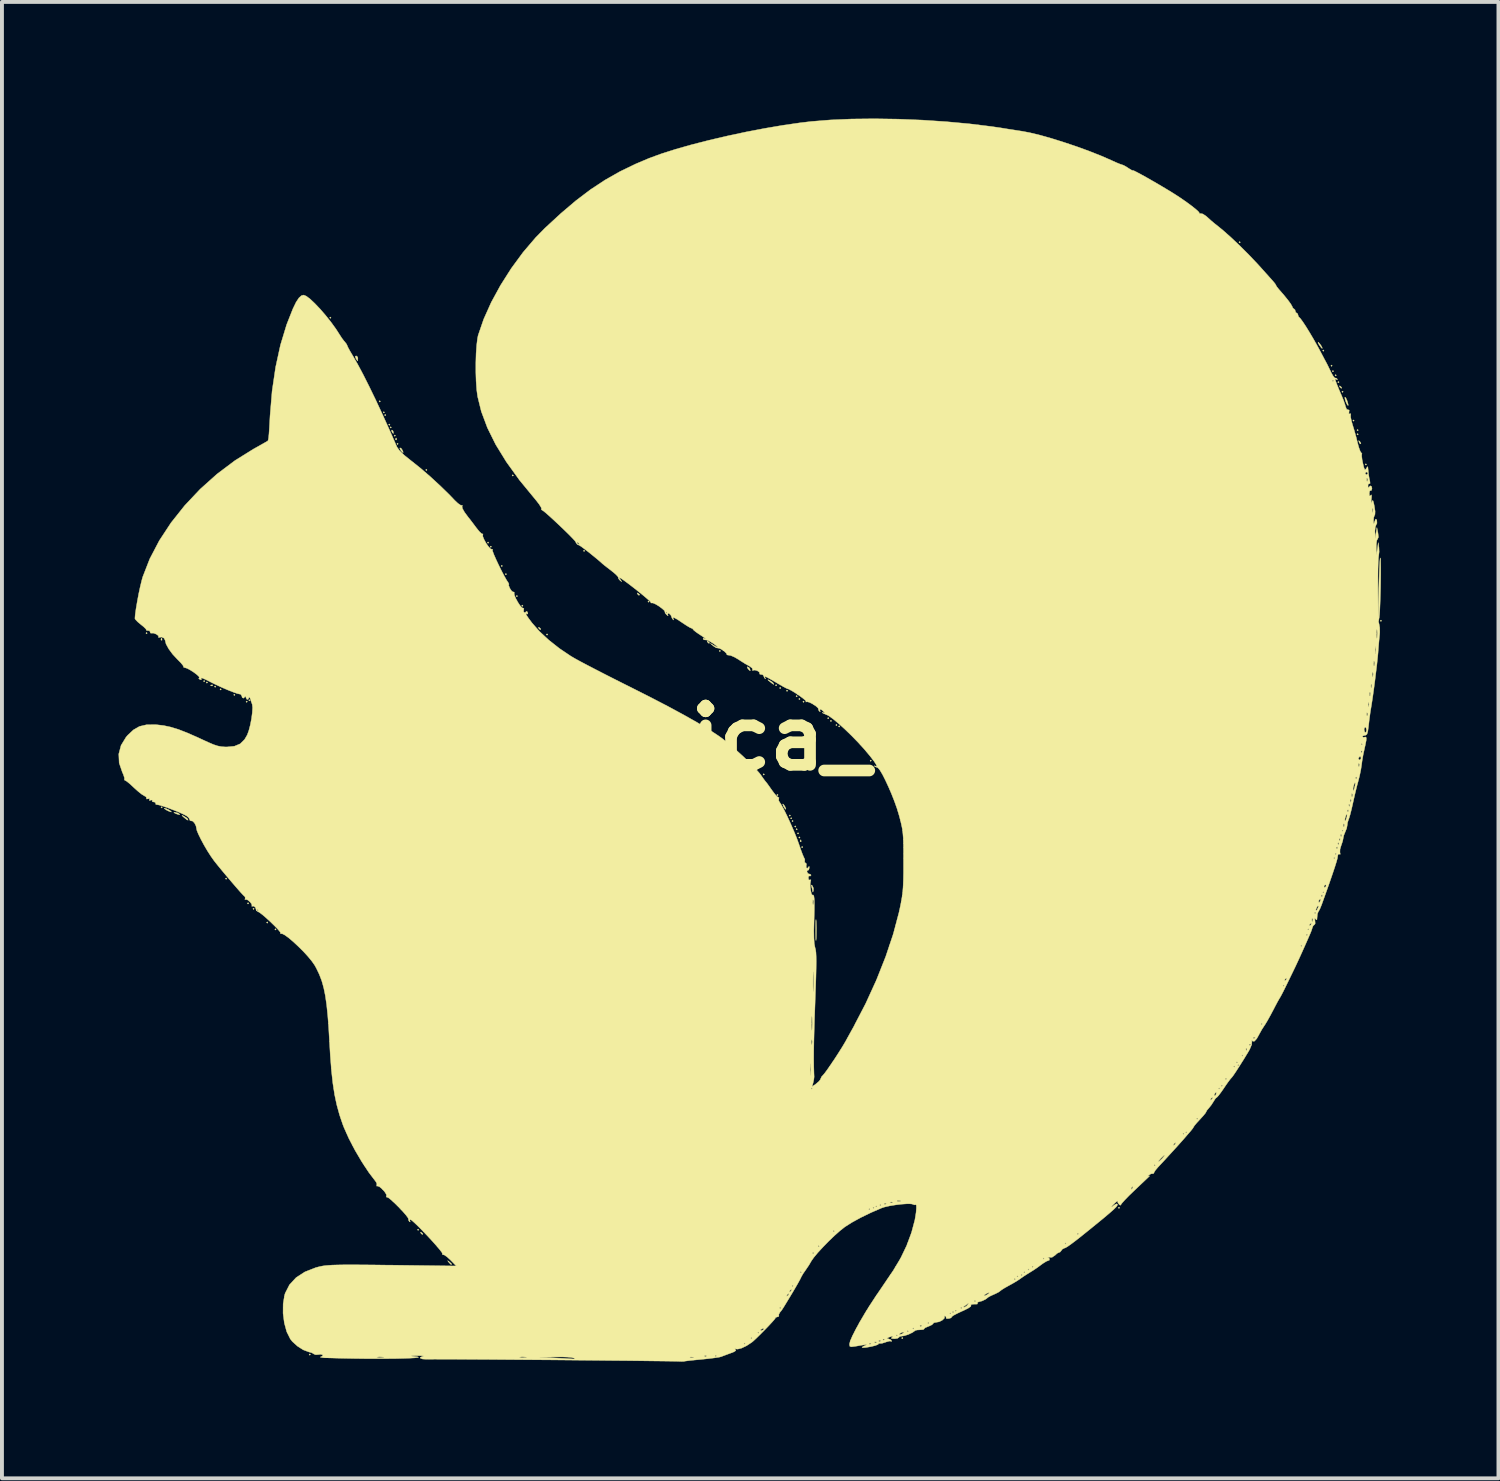
<source format=kicad_pcb>
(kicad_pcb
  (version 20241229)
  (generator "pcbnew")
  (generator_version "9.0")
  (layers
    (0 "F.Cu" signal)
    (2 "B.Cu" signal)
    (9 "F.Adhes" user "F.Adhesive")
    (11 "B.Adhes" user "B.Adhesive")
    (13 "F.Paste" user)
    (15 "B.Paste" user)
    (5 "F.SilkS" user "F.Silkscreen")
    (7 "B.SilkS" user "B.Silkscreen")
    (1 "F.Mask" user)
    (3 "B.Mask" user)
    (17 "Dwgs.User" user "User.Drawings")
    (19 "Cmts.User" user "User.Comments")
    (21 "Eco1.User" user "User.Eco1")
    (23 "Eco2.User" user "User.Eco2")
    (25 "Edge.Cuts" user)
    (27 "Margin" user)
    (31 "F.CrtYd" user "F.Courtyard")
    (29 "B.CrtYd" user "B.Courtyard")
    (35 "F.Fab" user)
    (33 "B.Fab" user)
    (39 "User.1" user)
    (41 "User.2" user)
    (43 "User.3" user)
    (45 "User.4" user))
  (footprint "vjeverica_logo"
    (layer "F.Cu")
    (at 16.189 15.934)
    (property "Reference" "vjeverica_logo" (at 0 0 0) (layer "F.SilkS") (effects (font (size 1.524 1.524) (thickness 0.3))))
    (attr through_hole)
    (fp_poly (pts (xy -15.452 -2.699) (xy -15.469 -2.681) (xy -15.487 -2.699) (xy -15.469 -2.716) (xy -15.452 -2.699)) (stroke (width 0.01) (type solid)) (fill yes) (layer "F.SilkS"))
    (fp_poly (pts (xy -15.064 1.782) (xy -15.081 1.799) (xy -15.099 1.782) (xy -15.081 1.764) (xy -15.064 1.782)) (stroke (width 0.01) (type solid)) (fill yes) (layer "F.SilkS"))
    (fp_poly (pts (xy -13.97 -1.464) (xy -13.988 -1.446) (xy -14.005 -1.464) (xy -13.988 -1.482) (xy -13.97 -1.464)) (stroke (width 0.01) (type solid)) (fill yes) (layer "F.SilkS"))
    (fp_poly (pts (xy -13.899 -1.429) (xy -13.917 -1.411) (xy -13.935 -1.429) (xy -13.917 -1.446) (xy -13.899 -1.429)) (stroke (width 0.01) (type solid)) (fill yes) (layer "F.SilkS"))
    (fp_poly (pts (xy -13.688 -1.323) (xy -13.705 -1.305) (xy -13.723 -1.323) (xy -13.705 -1.341) (xy -13.688 -1.323)) (stroke (width 0.01) (type solid)) (fill yes) (layer "F.SilkS"))
    (fp_poly (pts (xy -13.547 -1.252) (xy -13.564 -1.235) (xy -13.582 -1.252) (xy -13.564 -1.27) (xy -13.547 -1.252)) (stroke (width 0.01) (type solid)) (fill yes) (layer "F.SilkS"))
    (fp_poly (pts (xy -13.406 3.616) (xy -13.423 3.634) (xy -13.441 3.616) (xy -13.423 3.598) (xy -13.406 3.616)) (stroke (width 0.01) (type solid)) (fill yes) (layer "F.SilkS"))
    (fp_poly (pts (xy -13.194 -1.111) (xy -13.212 -1.094) (xy -13.229 -1.111) (xy -13.212 -1.129) (xy -13.194 -1.111)) (stroke (width 0.01) (type solid)) (fill yes) (layer "F.SilkS"))
    (fp_poly (pts (xy -12.876 -0.935) (xy -12.894 -0.917) (xy -12.912 -0.935) (xy -12.894 -0.953) (xy -12.876 -0.935)) (stroke (width 0.01) (type solid)) (fill yes) (layer "F.SilkS"))
    (fp_poly (pts (xy -12.841 4.251) (xy -12.859 4.269) (xy -12.876 4.251) (xy -12.859 4.233) (xy -12.841 4.251)) (stroke (width 0.01) (type solid)) (fill yes) (layer "F.SilkS"))
    (fp_poly (pts (xy -12.806 -0.97) (xy -12.823 -0.953) (xy -12.841 -0.97) (xy -12.823 -0.988) (xy -12.806 -0.97)) (stroke (width 0.01) (type solid)) (fill yes) (layer "F.SilkS"))
    (fp_poly (pts (xy -12.7 4.392) (xy -12.718 4.41) (xy -12.735 4.392) (xy -12.718 4.374) (xy -12.7 4.392)) (stroke (width 0.01) (type solid)) (fill yes) (layer "F.SilkS"))
    (fp_poly (pts (xy -12.347 4.745) (xy -12.365 4.763) (xy -12.383 4.745) (xy -12.365 4.727) (xy -12.347 4.745)) (stroke (width 0.01) (type solid)) (fill yes) (layer "F.SilkS"))
    (fp_poly (pts (xy -12.136 4.921) (xy -12.153 4.939) (xy -12.171 4.921) (xy -12.153 4.904) (xy -12.136 4.921)) (stroke (width 0.01) (type solid)) (fill yes) (layer "F.SilkS"))
    (fp_poly (pts (xy -11.254 15.857) (xy -11.271 15.875) (xy -11.289 15.857) (xy -11.271 15.84) (xy -11.254 15.857)) (stroke (width 0.01) (type solid)) (fill yes) (layer "F.SilkS"))
    (fp_poly (pts (xy -10.724 -10.813) (xy -10.742 -10.795) (xy -10.76 -10.813) (xy -10.742 -10.83) (xy -10.724 -10.813)) (stroke (width 0.01) (type solid)) (fill yes) (layer "F.SilkS"))
    (fp_poly (pts (xy -9.454 -8.661) (xy -9.472 -8.643) (xy -9.49 -8.661) (xy -9.472 -8.678) (xy -9.454 -8.661)) (stroke (width 0.01) (type solid)) (fill yes) (layer "F.SilkS"))
    (fp_poly (pts (xy -9.349 -8.378) (xy -9.366 -8.361) (xy -9.384 -8.378) (xy -9.366 -8.396) (xy -9.349 -8.378)) (stroke (width 0.01) (type solid)) (fill yes) (layer "F.SilkS"))
    (fp_poly (pts (xy -9.313 -8.308) (xy -9.331 -8.29) (xy -9.349 -8.308) (xy -9.331 -8.326) (xy -9.313 -8.308)) (stroke (width 0.01) (type solid)) (fill yes) (layer "F.SilkS"))
    (fp_poly (pts (xy -9.207 -8.061) (xy -9.225 -8.043) (xy -9.243 -8.061) (xy -9.225 -8.079) (xy -9.207 -8.061)) (stroke (width 0.01) (type solid)) (fill yes) (layer "F.SilkS"))
    (fp_poly (pts (xy -9.172 -7.99) (xy -9.19 -7.973) (xy -9.207 -7.99) (xy -9.19 -8.008) (xy -9.172 -7.99)) (stroke (width 0.01) (type solid)) (fill yes) (layer "F.SilkS"))
    (fp_poly (pts (xy -9.066 -7.779) (xy -9.084 -7.761) (xy -9.102 -7.779) (xy -9.084 -7.796) (xy -9.066 -7.779)) (stroke (width 0.01) (type solid)) (fill yes) (layer "F.SilkS"))
    (fp_poly (pts (xy -8.996 -7.567) (xy -9.013 -7.549) (xy -9.031 -7.567) (xy -9.013 -7.585) (xy -8.996 -7.567)) (stroke (width 0.01) (type solid)) (fill yes) (layer "F.SilkS"))
    (fp_poly (pts (xy -8.467 12.647) (xy -8.484 12.665) (xy -8.502 12.647) (xy -8.484 12.629) (xy -8.467 12.647)) (stroke (width 0.01) (type solid)) (fill yes) (layer "F.SilkS"))
    (fp_poly (pts (xy -8.255 -6.897) (xy -8.273 -6.879) (xy -8.29 -6.897) (xy -8.273 -6.914) (xy -8.255 -6.897)) (stroke (width 0.01) (type solid)) (fill yes) (layer "F.SilkS"))
    (fp_poly (pts (xy -6.668 -5.027) (xy -6.685 -5.009) (xy -6.703 -5.027) (xy -6.685 -5.045) (xy -6.668 -5.027)) (stroke (width 0.01) (type solid)) (fill yes) (layer "F.SilkS"))
    (fp_poly (pts (xy -6.597 -4.921) (xy -6.615 -4.904) (xy -6.632 -4.921) (xy -6.615 -4.939) (xy -6.597 -4.921)) (stroke (width 0.01) (type solid)) (fill yes) (layer "F.SilkS"))
    (fp_poly (pts (xy -6.315 -4.427) (xy -6.332 -4.41) (xy -6.35 -4.427) (xy -6.332 -4.445) (xy -6.315 -4.427)) (stroke (width 0.01) (type solid)) (fill yes) (layer "F.SilkS"))
    (fp_poly (pts (xy -6.209 -4.216) (xy -6.227 -4.198) (xy -6.244 -4.216) (xy -6.227 -4.233) (xy -6.209 -4.216)) (stroke (width 0.01) (type solid)) (fill yes) (layer "F.SilkS"))
    (fp_poly (pts (xy -6.032 -6.756) (xy -6.05 -6.738) (xy -6.068 -6.756) (xy -6.05 -6.773) (xy -6.032 -6.756)) (stroke (width 0.01) (type solid)) (fill yes) (layer "F.SilkS"))
    (fp_poly (pts (xy -5.927 -3.651) (xy -5.944 -3.634) (xy -5.962 -3.651) (xy -5.944 -3.669) (xy -5.927 -3.651)) (stroke (width 0.01) (type solid)) (fill yes) (layer "F.SilkS"))
    (fp_poly (pts (xy -5.786 -3.404) (xy -5.803 -3.387) (xy -5.821 -3.404) (xy -5.803 -3.422) (xy -5.786 -3.404)) (stroke (width 0.01) (type solid)) (fill yes) (layer "F.SilkS"))
    (fp_poly (pts (xy -5.151 -2.663) (xy -5.168 -2.646) (xy -5.186 -2.663) (xy -5.168 -2.681) (xy -5.151 -2.663)) (stroke (width 0.01) (type solid)) (fill yes) (layer "F.SilkS"))
    (fp_poly (pts (xy -4.198 -4.815) (xy -4.216 -4.798) (xy -4.233 -4.815) (xy -4.216 -4.833) (xy -4.198 -4.815)) (stroke (width 0.01) (type solid)) (fill yes) (layer "F.SilkS"))
    (fp_poly (pts (xy -2.54 -3.51) (xy -2.558 -3.493) (xy -2.575 -3.51) (xy -2.558 -3.528) (xy -2.54 -3.51)) (stroke (width 0.01) (type solid)) (fill yes) (layer "F.SilkS"))
    (fp_poly (pts (xy -0.706 -2.24) (xy -0.723 -2.223) (xy -0.741 -2.24) (xy -0.723 -2.258) (xy -0.706 -2.24)) (stroke (width 0.01) (type solid)) (fill yes) (layer "F.SilkS"))
    (fp_poly (pts (xy 0.423 0.935) (xy 0.406 0.953) (xy 0.388 0.935) (xy 0.406 0.917) (xy 0.423 0.935)) (stroke (width 0.01) (type solid)) (fill yes) (layer "F.SilkS"))
    (fp_poly (pts (xy 0.741 -1.358) (xy 0.723 -1.341) (xy 0.706 -1.358) (xy 0.723 -1.376) (xy 0.741 -1.358)) (stroke (width 0.01) (type solid)) (fill yes) (layer "F.SilkS"))
    (fp_poly (pts (xy 0.776 1.464) (xy 0.758 1.482) (xy 0.741 1.464) (xy 0.758 1.446) (xy 0.776 1.464)) (stroke (width 0.01) (type solid)) (fill yes) (layer "F.SilkS"))
    (fp_poly (pts (xy 0.847 -1.288) (xy 0.829 -1.27) (xy 0.811 -1.288) (xy 0.829 -1.305) (xy 0.847 -1.288)) (stroke (width 0.01) (type solid)) (fill yes) (layer "F.SilkS"))
    (fp_poly (pts (xy 1.023 -1.217) (xy 1.005 -1.199) (xy 0.988 -1.217) (xy 1.005 -1.235) (xy 1.023 -1.217)) (stroke (width 0.01) (type solid)) (fill yes) (layer "F.SilkS"))
    (fp_poly (pts (xy 1.094 1.993) (xy 1.076 2.011) (xy 1.058 1.993) (xy 1.076 1.976) (xy 1.094 1.993)) (stroke (width 0.01) (type solid)) (fill yes) (layer "F.SilkS"))
    (fp_poly (pts (xy 1.129 2.064) (xy 1.111 2.081) (xy 1.094 2.064) (xy 1.111 2.046) (xy 1.129 2.064)) (stroke (width 0.01) (type solid)) (fill yes) (layer "F.SilkS"))
    (fp_poly (pts (xy 1.164 2.134) (xy 1.147 2.152) (xy 1.129 2.134) (xy 1.147 2.117) (xy 1.164 2.134)) (stroke (width 0.01) (type solid)) (fill yes) (layer "F.SilkS"))
    (fp_poly (pts (xy 1.235 2.275) (xy 1.217 2.293) (xy 1.199 2.275) (xy 1.217 2.258) (xy 1.235 2.275)) (stroke (width 0.01) (type solid)) (fill yes) (layer "F.SilkS"))
    (fp_poly (pts (xy 1.27 -1.076) (xy 1.252 -1.058) (xy 1.235 -1.076) (xy 1.252 -1.094) (xy 1.27 -1.076)) (stroke (width 0.01) (type solid)) (fill yes) (layer "F.SilkS"))
    (fp_poly (pts (xy 1.27 2.346) (xy 1.252 2.364) (xy 1.235 2.346) (xy 1.252 2.328) (xy 1.27 2.346)) (stroke (width 0.01) (type solid)) (fill yes) (layer "F.SilkS"))
    (fp_poly (pts (xy 1.305 2.452) (xy 1.288 2.469) (xy 1.27 2.452) (xy 1.288 2.434) (xy 1.305 2.452)) (stroke (width 0.01) (type solid)) (fill yes) (layer "F.SilkS"))
    (fp_poly (pts (xy 1.341 -1.005) (xy 1.323 -0.988) (xy 1.305 -1.005) (xy 1.323 -1.023) (xy 1.341 -1.005)) (stroke (width 0.01) (type solid)) (fill yes) (layer "F.SilkS"))
    (fp_poly (pts (xy 1.341 2.558) (xy 1.323 2.575) (xy 1.305 2.558) (xy 1.323 2.54) (xy 1.341 2.558)) (stroke (width 0.01) (type solid)) (fill yes) (layer "F.SilkS"))
    (fp_poly (pts (xy 1.411 2.805) (xy 1.393 2.822) (xy 1.376 2.805) (xy 1.393 2.787) (xy 1.411 2.805)) (stroke (width 0.01) (type solid)) (fill yes) (layer "F.SilkS"))
    (fp_poly (pts (xy 1.446 -0.935) (xy 1.429 -0.917) (xy 1.411 -0.935) (xy 1.429 -0.953) (xy 1.446 -0.935)) (stroke (width 0.01) (type solid)) (fill yes) (layer "F.SilkS"))
    (fp_poly (pts (xy 2.081 -0.512) (xy 2.064 -0.494) (xy 2.046 -0.512) (xy 2.064 -0.529) (xy 2.081 -0.512)) (stroke (width 0.01) (type solid)) (fill yes) (layer "F.SilkS"))
    (fp_poly (pts (xy 2.152 -0.441) (xy 2.134 -0.423) (xy 2.117 -0.441) (xy 2.134 -0.459) (xy 2.152 -0.441)) (stroke (width 0.01) (type solid)) (fill yes) (layer "F.SilkS"))
    (fp_poly (pts (xy 2.293 -0.335) (xy 2.275 -0.318) (xy 2.258 -0.335) (xy 2.275 -0.353) (xy 2.293 -0.335)) (stroke (width 0.01) (type solid)) (fill yes) (layer "F.SilkS"))
    (fp_poly (pts (xy 2.364 -0.3) (xy 2.346 -0.282) (xy 2.328 -0.3) (xy 2.346 -0.318) (xy 2.364 -0.3)) (stroke (width 0.01) (type solid)) (fill yes) (layer "F.SilkS"))
    (fp_poly (pts (xy 3.175 0.582) (xy 3.157 0.6) (xy 3.14 0.582) (xy 3.157 0.564) (xy 3.175 0.582)) (stroke (width 0.01) (type solid)) (fill yes) (layer "F.SilkS"))
    (fp_poly (pts (xy 3.986 15.434) (xy 3.969 15.452) (xy 3.951 15.434) (xy 3.969 15.416) (xy 3.986 15.434)) (stroke (width 0.01) (type solid)) (fill yes) (layer "F.SilkS"))
    (fp_poly (pts (xy 9.56 12.083) (xy 9.543 12.1) (xy 9.525 12.083) (xy 9.543 12.065) (xy 9.56 12.083)) (stroke (width 0.01) (type solid)) (fill yes) (layer "F.SilkS"))
    (fp_poly (pts (xy 12.665 -12.753) (xy 12.647 -12.735) (xy 12.629 -12.753) (xy 12.647 -12.771) (xy 12.665 -12.753)) (stroke (width 0.01) (type solid)) (fill yes) (layer "F.SilkS"))
    (fp_poly (pts (xy 14.817 -9.966) (xy 14.799 -9.948) (xy 14.781 -9.966) (xy 14.799 -9.984) (xy 14.817 -9.966)) (stroke (width 0.01) (type solid)) (fill yes) (layer "F.SilkS"))
    (fp_poly (pts (xy 15.028 -9.578) (xy 15.011 -9.56) (xy 14.993 -9.578) (xy 15.011 -9.596) (xy 15.028 -9.578)) (stroke (width 0.01) (type solid)) (fill yes) (layer "F.SilkS"))
    (fp_poly (pts (xy 15.064 -9.437) (xy 15.046 -9.419) (xy 15.028 -9.437) (xy 15.046 -9.454) (xy 15.064 -9.437)) (stroke (width 0.01) (type solid)) (fill yes) (layer "F.SilkS"))
    (fp_poly (pts (xy 15.134 -9.331) (xy 15.117 -9.313) (xy 15.099 -9.331) (xy 15.117 -9.349) (xy 15.134 -9.331)) (stroke (width 0.01) (type solid)) (fill yes) (layer "F.SilkS"))
    (fp_poly (pts (xy 15.205 -9.155) (xy 15.187 -9.137) (xy 15.169 -9.155) (xy 15.187 -9.172) (xy 15.205 -9.155)) (stroke (width 0.01) (type solid)) (fill yes) (layer "F.SilkS"))
    (fp_poly (pts (xy 15.311 -8.908) (xy 15.293 -8.89) (xy 15.275 -8.908) (xy 15.293 -8.925) (xy 15.311 -8.908)) (stroke (width 0.01) (type solid)) (fill yes) (layer "F.SilkS"))
    (fp_poly (pts (xy 15.593 -8.167) (xy 15.575 -8.149) (xy 15.557 -8.167) (xy 15.575 -8.184) (xy 15.593 -8.167)) (stroke (width 0.01) (type solid)) (fill yes) (layer "F.SilkS"))
    (fp_poly (pts (xy 15.699 -7.92) (xy 15.681 -7.902) (xy 15.663 -7.92) (xy 15.681 -7.938) (xy 15.699 -7.92)) (stroke (width 0.01) (type solid)) (fill yes) (layer "F.SilkS"))
    (fp_poly (pts (xy 15.699 -7.814) (xy 15.681 -7.796) (xy 15.663 -7.814) (xy 15.681 -7.832) (xy 15.699 -7.814)) (stroke (width 0.01) (type solid)) (fill yes) (layer "F.SilkS"))
    (fp_poly (pts (xy 15.91 -7.038) (xy 15.893 -7.02) (xy 15.875 -7.038) (xy 15.893 -7.056) (xy 15.91 -7.038)) (stroke (width 0.01) (type solid)) (fill yes) (layer "F.SilkS"))
    (fp_poly (pts (xy 16.298 -3.016) (xy 16.281 -2.999) (xy 16.263 -3.016) (xy 16.281 -3.034) (xy 16.298 -3.016)) (stroke (width 0.01) (type solid)) (fill yes) (layer "F.SilkS"))
    (fp_poly (pts (xy -15.075 -2.564) (xy -15.071 -2.522) (xy -15.075 -2.516) (xy -15.096 -2.521) (xy -15.099 -2.54) (xy -15.086 -2.569) (xy -15.075 -2.564)) (stroke (width 0.01) (type solid)) (fill yes) (layer "F.SilkS"))
    (fp_poly (pts (xy -13.77 -1.364) (xy -13.775 -1.343) (xy -13.794 -1.341) (xy -13.823 -1.353) (xy -13.817 -1.364) (xy -13.775 -1.368) (xy -13.77 -1.364)) (stroke (width 0.01) (type solid)) (fill yes) (layer "F.SilkS"))
    (fp_poly (pts (xy -9.043 -7.714) (xy -9.039 -7.672) (xy -9.043 -7.667) (xy -9.064 -7.672) (xy -9.066 -7.691) (xy -9.053 -7.72) (xy -9.043 -7.714)) (stroke (width 0.01) (type solid)) (fill yes) (layer "F.SilkS"))
    (fp_poly (pts (xy 1.364 2.622) (xy 1.368 2.664) (xy 1.364 2.669) (xy 1.343 2.665) (xy 1.341 2.646) (xy 1.353 2.617) (xy 1.364 2.622)) (stroke (width 0.01) (type solid)) (fill yes) (layer "F.SilkS"))
    (fp_poly (pts (xy -9.138 -7.912) (xy -9.125 -7.886) (xy -9.116 -7.836) (xy -9.139 -7.846) (xy -9.156 -7.869) (xy -9.167 -7.915) (xy -9.162 -7.924) (xy -9.138 -7.912)) (stroke (width 0.01) (type solid)) (fill yes) (layer "F.SilkS"))
    (fp_poly (pts (xy -8.922 -7.454) (xy -8.892 -7.411) (xy -8.866 -7.35) (xy -8.881 -7.345) (xy -8.926 -7.392) (xy -8.954 -7.444) (xy -8.951 -7.465) (xy -8.922 -7.454)) (stroke (width 0.01) (type solid)) (fill yes) (layer "F.SilkS"))
    (fp_poly (pts (xy -8.402 12.714) (xy -8.364 12.75) (xy -8.371 12.77) (xy -8.376 12.771) (xy -8.406 12.745) (xy -8.417 12.73) (xy -8.421 12.706) (xy -8.402 12.714)) (stroke (width 0.01) (type solid)) (fill yes) (layer "F.SilkS"))
    (fp_poly (pts (xy -5.368 -2.843) (xy -5.33 -2.808) (xy -5.338 -2.787) (xy -5.343 -2.787) (xy -5.372 -2.812) (xy -5.383 -2.828) (xy -5.387 -2.852) (xy -5.368 -2.843)) (stroke (width 0.01) (type solid)) (fill yes) (layer "F.SilkS"))
    (fp_poly (pts (xy -2.828 -3.725) (xy -2.79 -3.692) (xy -2.787 -3.684) (xy -2.804 -3.67) (xy -2.839 -3.702) (xy -2.843 -3.71) (xy -2.847 -3.734) (xy -2.828 -3.725)) (stroke (width 0.01) (type solid)) (fill yes) (layer "F.SilkS"))
    (fp_poly (pts (xy -1.029 -2.49) (xy -0.991 -2.455) (xy -0.998 -2.435) (xy -1.003 -2.434) (xy -1.033 -2.459) (xy -1.044 -2.475) (xy -1.048 -2.499) (xy -1.029 -2.49)) (stroke (width 0.01) (type solid)) (fill yes) (layer "F.SilkS"))
    (fp_poly (pts (xy 15.235 -9.052) (xy 15.272 -9.017) (xy 15.265 -8.996) (xy 15.26 -8.996) (xy 15.23 -9.021) (xy 15.219 -9.037) (xy 15.215 -9.061) (xy 15.235 -9.052)) (stroke (width 0.01) (type solid)) (fill yes) (layer "F.SilkS"))
    (fp_poly (pts (xy 15.734 -7.634) (xy 15.738 -7.629) (xy 15.766 -7.583) (xy 15.762 -7.566) (xy 15.736 -7.577) (xy 15.719 -7.61) (xy 15.708 -7.651) (xy 15.734 -7.634)) (stroke (width 0.01) (type solid)) (fill yes) (layer "F.SilkS"))
    (fp_poly (pts (xy -14.671 1.925) (xy -14.64 1.94) (xy -14.613 1.967) (xy -14.638 1.97) (xy -14.704 1.95) (xy -14.728 1.94) (xy -14.768 1.916) (xy -14.746 1.908) (xy -14.671 1.925)) (stroke (width 0.01) (type solid)) (fill yes) (layer "F.SilkS"))
    (fp_poly (pts (xy -14.51 2.009) (xy -14.441 2.052) (xy -14.411 2.082) (xy -14.4 2.114) (xy -14.434 2.1) (xy -14.504 2.044) (xy -14.557 1.996) (xy -14.558 1.987) (xy -14.51 2.009)) (stroke (width 0.01) (type solid)) (fill yes) (layer "F.SilkS"))
    (fp_poly (pts (xy -10.041 -9.802) (xy -10.034 -9.766) (xy -10.038 -9.712) (xy -10.043 -9.701) (xy -10.064 -9.728) (xy -10.086 -9.766) (xy -10.102 -9.819) (xy -10.077 -9.831) (xy -10.041 -9.802)) (stroke (width 0.01) (type solid)) (fill yes) (layer "F.SilkS"))
    (fp_poly (pts (xy -7.707 13.452) (xy -7.682 13.472) (xy -7.633 13.515) (xy -7.62 13.533) (xy -7.637 13.544) (xy -7.684 13.499) (xy -7.695 13.485) (xy -7.726 13.443) (xy -7.707 13.452)) (stroke (width 0.01) (type solid)) (fill yes) (layer "F.SilkS"))
    (fp_poly (pts (xy 0.034 -1.806) (xy 0.048 -1.782) (xy 0.059 -1.736) (xy 0.056 -1.729) (xy 0.027 -1.752) (xy 0 -1.782) (xy -0.021 -1.825) (xy -0.008 -1.834) (xy 0.034 -1.806)) (stroke (width 0.01) (type solid)) (fill yes) (layer "F.SilkS"))
    (fp_poly (pts (xy 0.554 -1.484) (xy 0.623 -1.441) (xy 0.653 -1.411) (xy 0.666 -1.38) (xy 0.638 -1.392) (xy 0.564 -1.45) (xy 0.512 -1.495) (xy 0.513 -1.502) (xy 0.554 -1.484)) (stroke (width 0.01) (type solid)) (fill yes) (layer "F.SilkS"))
    (fp_poly (pts (xy 0.925 1.72) (xy 0.953 1.764) (xy 0.975 1.818) (xy 0.973 1.834) (xy 0.944 1.807) (xy 0.917 1.764) (xy 0.895 1.709) (xy 0.897 1.693) (xy 0.925 1.72)) (stroke (width 0.01) (type solid)) (fill yes) (layer "F.SilkS"))
    (fp_poly (pts (xy 1.653 3.795) (xy 1.656 3.797) (xy 1.684 3.86) (xy 1.683 3.921) (xy 1.671 3.963) (xy 1.663 3.945) (xy 1.647 3.86) (xy 1.635 3.822) (xy 1.626 3.779) (xy 1.653 3.795)) (stroke (width 0.01) (type solid)) (fill yes) (layer "F.SilkS"))
    (fp_poly (pts (xy -14.957 1.818) (xy -14.887 1.852) (xy -14.836 1.887) (xy -14.833 1.902) (xy -14.834 1.903) (xy -14.888 1.886) (xy -14.958 1.852) (xy -15.009 1.817) (xy -15.012 1.802) (xy -15.011 1.802) (xy -14.957 1.818)) (stroke (width 0.01) (type solid)) (fill yes) (layer "F.SilkS"))
    (fp_poly (pts (xy 14.672 -10.18) (xy 14.709 -10.142) (xy 14.748 -10.085) (xy 14.772 -10.036) (xy 14.769 -10.019) (xy 14.742 -10.045) (xy 14.696 -10.108) (xy 14.694 -10.111) (xy 14.663 -10.167) (xy 14.668 -10.182) (xy 14.672 -10.18)) (stroke (width 0.01) (type solid)) (fill yes) (layer "F.SilkS"))
    (fp_poly (pts (xy 15.377 -8.753) (xy 15.407 -8.688) (xy 15.412 -8.674) (xy 15.438 -8.584) (xy 15.437 -8.55) (xy 15.413 -8.577) (xy 15.381 -8.643) (xy 15.356 -8.722) (xy 15.353 -8.768) (xy 15.355 -8.769) (xy 15.377 -8.753)) (stroke (width 0.01) (type solid)) (fill yes) (layer "F.SilkS"))
    (fp_poly (pts (xy 1.753 4.694) (xy 1.755 4.718) (xy 1.76 4.886) (xy 1.758 5.069) (xy 1.755 5.159) (xy 1.75 5.209) (xy 1.746 5.194) (xy 1.744 5.12) (xy 1.742 4.992) (xy 1.742 4.939) (xy 1.743 4.795) (xy 1.745 4.702) (xy 1.749 4.667) (xy 1.753 4.694)) (stroke (width 0.01) (type solid)) (fill yes) (layer "F.SilkS"))
    (fp_poly (pts (xy 3.865 -15.92) (xy 4.486 -15.895) (xy 5.103 -15.854) (xy 5.7 -15.799) (xy 6.263 -15.73) (xy 6.509 -15.694) (xy 6.686 -15.665) (xy 6.843 -15.641) (xy 6.964 -15.622) (xy 7.033 -15.611) (xy 7.038 -15.611) (xy 7.249 -15.571) (xy 7.511 -15.508) (xy 7.808 -15.424) (xy 8.127 -15.324) (xy 8.455 -15.214) (xy 8.776 -15.097) (xy 9.077 -14.978) (xy 9.344 -14.862) (xy 9.369 -14.85) (xy 9.485 -14.798) (xy 9.576 -14.761) (xy 9.624 -14.746) (xy 9.624 -14.746) (xy 9.671 -14.728) (xy 9.75 -14.682) (xy 9.787 -14.657) (xy 9.86 -14.612) (xy 9.897 -14.595) (xy 9.898 -14.601) (xy 9.918 -14.597) (xy 9.989 -14.562) (xy 10.1 -14.503) (xy 10.24 -14.426) (xy 10.399 -14.335) (xy 10.568 -14.237) (xy 10.735 -14.138) (xy 10.89 -14.044) (xy 10.954 -14.004) (xy 11.119 -13.897) (xy 11.275 -13.789) (xy 11.413 -13.687) (xy 11.522 -13.6) (xy 11.593 -13.534) (xy 11.615 -13.498) (xy 11.614 -13.495) (xy 11.619 -13.485) (xy 11.643 -13.492) (xy 11.699 -13.481) (xy 11.781 -13.427) (xy 11.816 -13.397) (xy 11.913 -13.309) (xy 12.007 -13.23) (xy 12.031 -13.212) (xy 12.209 -13.068) (xy 12.419 -12.882) (xy 12.647 -12.666) (xy 12.881 -12.433) (xy 13.107 -12.195) (xy 13.229 -12.06) (xy 13.331 -11.946) (xy 13.426 -11.84) (xy 13.494 -11.764) (xy 13.503 -11.754) (xy 13.557 -11.689) (xy 13.582 -11.646) (xy 13.582 -11.644) (xy 13.604 -11.607) (xy 13.658 -11.54) (xy 13.679 -11.516) (xy 13.79 -11.388) (xy 13.888 -11.267) (xy 13.962 -11.166) (xy 14.001 -11.097) (xy 14.005 -11.081) (xy 14.03 -11.044) (xy 14.041 -11.042) (xy 14.072 -11.013) (xy 14.076 -10.989) (xy 14.095 -10.942) (xy 14.111 -10.936) (xy 14.143 -10.908) (xy 14.146 -10.886) (xy 14.165 -10.833) (xy 14.177 -10.824) (xy 14.213 -10.787) (xy 14.276 -10.7) (xy 14.359 -10.574) (xy 14.453 -10.421) (xy 14.552 -10.253) (xy 14.649 -10.081) (xy 14.69 -10.005) (xy 14.764 -9.867) (xy 14.827 -9.747) (xy 14.872 -9.663) (xy 14.886 -9.638) (xy 14.919 -9.572) (xy 14.968 -9.471) (xy 14.996 -9.412) (xy 15.045 -9.322) (xy 15.085 -9.269) (xy 15.102 -9.262) (xy 15.142 -9.254) (xy 15.155 -9.238) (xy 15.16 -9.213) (xy 15.14 -9.222) (xy 15.103 -9.238) (xy 15.099 -9.236) (xy 15.113 -9.191) (xy 15.147 -9.1) (xy 15.194 -8.984) (xy 15.246 -8.861) (xy 15.272 -8.802) (xy 15.321 -8.682) (xy 15.359 -8.571) (xy 15.371 -8.526) (xy 15.399 -8.457) (xy 15.435 -8.444) (xy 15.465 -8.436) (xy 15.46 -8.388) (xy 15.456 -8.337) (xy 15.481 -8.34) (xy 15.507 -8.341) (xy 15.502 -8.314) (xy 15.502 -8.256) (xy 15.523 -8.156) (xy 15.551 -8.057) (xy 15.596 -7.91) (xy 15.645 -7.735) (xy 15.68 -7.594) (xy 15.714 -7.471) (xy 15.747 -7.38) (xy 15.772 -7.339) (xy 15.775 -7.338) (xy 15.794 -7.316) (xy 15.789 -7.306) (xy 15.786 -7.257) (xy 15.797 -7.162) (xy 15.816 -7.069) (xy 15.843 -6.958) (xy 15.864 -6.907) (xy 15.884 -6.906) (xy 15.903 -6.933) (xy 15.934 -6.982) (xy 15.945 -6.97) (xy 15.949 -6.932) (xy 15.963 -6.784) (xy 15.982 -6.671) (xy 15.995 -6.617) (xy 16.003 -6.55) (xy 15.982 -6.543) (xy 15.955 -6.533) (xy 15.948 -6.484) (xy 15.956 -6.439) (xy 15.969 -6.447) (xy 16.005 -6.489) (xy 16.04 -6.471) (xy 16.051 -6.418) (xy 16.038 -6.37) (xy 16.016 -6.368) (xy 15.991 -6.355) (xy 15.981 -6.29) (xy 15.987 -6.227) (xy 16.005 -6.227) (xy 16.017 -6.244) (xy 16.037 -6.257) (xy 16.041 -6.208) (xy 16.035 -6.138) (xy 16.028 -6.054) (xy 16.034 -6.038) (xy 16.045 -6.068) (xy 16.062 -6.109) (xy 16.078 -6.103) (xy 16.096 -6.04) (xy 16.112 -5.962) (xy 16.131 -5.835) (xy 16.128 -5.753) (xy 16.119 -5.734) (xy 16.097 -5.678) (xy 16.09 -5.593) (xy 16.094 -5.523) (xy 16.102 -5.518) (xy 16.121 -5.574) (xy 16.143 -5.632) (xy 16.161 -5.627) (xy 16.175 -5.598) (xy 16.179 -5.524) (xy 16.162 -5.494) (xy 16.139 -5.436) (xy 16.127 -5.339) (xy 16.127 -5.293) (xy 16.132 -5.133) (xy 16.154 -5.274) (xy 16.177 -5.415) (xy 16.205 -5.275) (xy 16.217 -5.168) (xy 16.196 -5.122) (xy 16.196 -5.122) (xy 16.174 -5.081) (xy 16.163 -4.988) (xy 16.163 -4.909) (xy 16.168 -4.71) (xy 16.19 -4.868) (xy 16.212 -5.027) (xy 16.23 -4.901) (xy 16.235 -4.79) (xy 16.224 -4.693) (xy 16.223 -4.689) (xy 16.217 -4.63) (xy 16.211 -4.511) (xy 16.206 -4.345) (xy 16.204 -4.144) (xy 16.203 -3.92) (xy 16.203 -3.845) (xy 16.207 -3.087) (xy 16.226 -3.851) (xy 16.233 -4.076) (xy 16.24 -4.277) (xy 16.247 -4.442) (xy 16.254 -4.562) (xy 16.261 -4.626) (xy 16.263 -4.633) (xy 16.27 -4.608) (xy 16.274 -4.525) (xy 16.276 -4.394) (xy 16.276 -4.229) (xy 16.274 -4.041) (xy 16.271 -3.842) (xy 16.265 -3.643) (xy 16.259 -3.457) (xy 16.252 -3.296) (xy 16.244 -3.171) (xy 16.236 -3.094) (xy 16.232 -3.077) (xy 16.219 -2.993) (xy 16.234 -2.93) (xy 16.25 -2.841) (xy 16.252 -2.72) (xy 16.248 -2.663) (xy 16.235 -2.539) (xy 16.221 -2.377) (xy 16.208 -2.213) (xy 16.208 -2.205) (xy 16.196 -2.075) (xy 16.177 -1.894) (xy 16.151 -1.679) (xy 16.123 -1.45) (xy 16.093 -1.224) (xy 16.064 -1.021) (xy 16.039 -0.857) (xy 16.031 -0.811) (xy 16.005 -0.65) (xy 15.98 -0.464) (xy 15.96 -0.291) (xy 15.943 -0.168) (xy 15.922 -0.1) (xy 15.891 -0.073) (xy 15.87 -0.071) (xy 15.815 -0.055) (xy 15.804 -0.036) (xy 15.83 -0.017) (xy 15.857 -0.023) (xy 15.891 -0.028) (xy 15.906 -0.004) (xy 15.902 0.059) (xy 15.88 0.172) (xy 15.856 0.281) (xy 15.823 0.434) (xy 15.796 0.591) (xy 15.784 0.685) (xy 15.764 0.816) (xy 15.731 0.975) (xy 15.701 1.092) (xy 15.663 1.233) (xy 15.619 1.412) (xy 15.576 1.6) (xy 15.559 1.676) (xy 15.524 1.831) (xy 15.49 1.965) (xy 15.462 2.059) (xy 15.45 2.09) (xy 15.422 2.176) (xy 15.416 2.231) (xy 15.4 2.32) (xy 15.363 2.412) (xy 15.326 2.503) (xy 15.311 2.575) (xy 15.297 2.648) (xy 15.265 2.746) (xy 15.258 2.763) (xy 15.229 2.86) (xy 15.226 2.939) (xy 15.229 2.95) (xy 15.235 2.991) (xy 15.211 2.985) (xy 15.178 2.99) (xy 15.169 3.041) (xy 15.162 3.089) (xy 15.139 3.176) (xy 15.098 3.307) (xy 15.038 3.487) (xy 14.958 3.72) (xy 14.855 4.01) (xy 14.756 4.286) (xy 14.717 4.382) (xy 14.682 4.45) (xy 14.673 4.461) (xy 14.649 4.518) (xy 14.64 4.602) (xy 14.635 4.67) (xy 14.618 4.676) (xy 14.602 4.657) (xy 14.578 4.633) (xy 14.579 4.669) (xy 14.585 4.701) (xy 14.59 4.77) (xy 14.573 4.798) (xy 14.538 4.827) (xy 14.517 4.877) (xy 14.505 4.918) (xy 14.491 4.959) (xy 14.469 5.014) (xy 14.433 5.097) (xy 14.379 5.221) (xy 14.324 5.345) (xy 14.252 5.506) (xy 14.194 5.634) (xy 14.142 5.747) (xy 14.087 5.865) (xy 14.019 6.006) (xy 13.931 6.187) (xy 13.912 6.227) (xy 13.835 6.384) (xy 13.769 6.518) (xy 13.718 6.616) (xy 13.691 6.664) (xy 13.689 6.668) (xy 13.666 6.705) (xy 13.618 6.79) (xy 13.555 6.909) (xy 13.516 6.985) (xy 13.439 7.13) (xy 13.365 7.263) (xy 13.305 7.363) (xy 13.286 7.391) (xy 13.218 7.496) (xy 13.159 7.602) (xy 13.159 7.602) (xy 13.088 7.731) (xy 13.028 7.797) (xy 12.982 7.798) (xy 12.974 7.788) (xy 12.955 7.773) (xy 12.962 7.814) (xy 12.954 7.891) (xy 12.906 8.005) (xy 12.875 8.061) (xy 12.759 8.252) (xy 12.65 8.425) (xy 12.557 8.57) (xy 12.485 8.677) (xy 12.44 8.736) (xy 12.432 8.743) (xy 12.399 8.782) (xy 12.338 8.864) (xy 12.262 8.974) (xy 12.242 9.005) (xy 12.165 9.115) (xy 12.102 9.198) (xy 12.063 9.24) (xy 12.057 9.243) (xy 12.025 9.271) (xy 11.982 9.338) (xy 11.981 9.34) (xy 11.916 9.441) (xy 11.856 9.515) (xy 11.804 9.577) (xy 11.785 9.615) (xy 11.785 9.615) (xy 11.765 9.65) (xy 11.707 9.72) (xy 11.627 9.808) (xy 11.545 9.897) (xy 11.487 9.966) (xy 11.465 9.999) (xy 11.444 10.036) (xy 11.392 10.102) (xy 11.38 10.116) (xy 11.297 10.211) (xy 11.22 10.301) (xy 11.164 10.364) (xy 11.073 10.466) (xy 10.958 10.593) (xy 10.831 10.731) (xy 10.706 10.868) (xy 10.592 10.99) (xy 10.539 11.047) (xy 10.477 11.121) (xy 10.444 11.177) (xy 10.442 11.186) (xy 10.422 11.208) (xy 10.412 11.204) (xy 10.365 11.209) (xy 10.315 11.24) (xy 10.283 11.271) (xy 10.301 11.269) (xy 10.332 11.26) (xy 10.319 11.277) (xy 10.281 11.313) (xy 10.203 11.387) (xy 10.095 11.489) (xy 9.967 11.611) (xy 9.932 11.644) (xy 9.804 11.767) (xy 9.699 11.875) (xy 9.625 11.957) (xy 9.591 12.004) (xy 9.59 12.009) (xy 9.576 12.017) (xy 9.545 11.996) (xy 9.51 11.942) (xy 9.513 11.911) (xy 9.507 11.905) (xy 9.461 11.94) (xy 9.442 11.956) (xy 9.381 12.017) (xy 9.349 12.056) (xy 9.349 12.059) (xy 9.371 12.052) (xy 9.416 12.015) (xy 9.472 11.981) (xy 9.503 11.987) (xy 9.503 12.014) (xy 9.473 12.058) (xy 9.407 12.125) (xy 9.299 12.22) (xy 9.144 12.351) (xy 9.078 12.405) (xy 8.818 12.617) (xy 8.607 12.787) (xy 8.44 12.919) (xy 8.314 13.014) (xy 8.223 13.078) (xy 8.163 13.113) (xy 8.131 13.123) (xy 8.08 13.152) (xy 8.066 13.176) (xy 8.026 13.223) (xy 8.004 13.229) (xy 7.953 13.254) (xy 7.9 13.303) (xy 7.82 13.357) (xy 7.754 13.356) (xy 7.709 13.348) (xy 7.717 13.356) (xy 7.757 13.394) (xy 7.751 13.431) (xy 7.722 13.441) (xy 7.672 13.461) (xy 7.592 13.511) (xy 7.554 13.538) (xy 7.443 13.62) (xy 7.339 13.69) (xy 7.212 13.769) (xy 7.184 13.786) (xy 7.083 13.851) (xy 6.999 13.911) (xy 6.922 13.962) (xy 6.809 14.029) (xy 6.711 14.083) (xy 6.604 14.143) (xy 6.524 14.193) (xy 6.49 14.22) (xy 6.448 14.251) (xy 6.366 14.293) (xy 6.331 14.308) (xy 6.241 14.349) (xy 6.182 14.381) (xy 6.174 14.388) (xy 6.113 14.435) (xy 6.025 14.478) (xy 5.947 14.499) (xy 5.943 14.499) (xy 5.905 14.514) (xy 5.907 14.53) (xy 5.899 14.558) (xy 5.882 14.56) (xy 5.783 14.562) (xy 5.732 14.576) (xy 5.738 14.597) (xy 5.729 14.622) (xy 5.662 14.667) (xy 5.546 14.725) (xy 5.502 14.744) (xy 5.379 14.802) (xy 5.288 14.85) (xy 5.243 14.883) (xy 5.241 14.89) (xy 5.223 14.914) (xy 5.169 14.931) (xy 5.111 14.934) (xy 5.099 14.92) (xy 5.091 14.88) (xy 5.075 14.867) (xy 5.05 14.862) (xy 5.058 14.879) (xy 5.051 14.925) (xy 4.997 14.975) (xy 4.919 15.014) (xy 4.843 15.028) (xy 4.78 15.04) (xy 4.763 15.061) (xy 4.732 15.092) (xy 4.658 15.127) (xy 4.639 15.134) (xy 4.562 15.166) (xy 4.529 15.194) (xy 4.53 15.199) (xy 4.509 15.215) (xy 4.441 15.221) (xy 4.433 15.221) (xy 4.35 15.226) (xy 4.304 15.238) (xy 4.304 15.239) (xy 4.23 15.291) (xy 4.123 15.342) (xy 4.017 15.375) (xy 3.972 15.381) (xy 3.904 15.393) (xy 3.881 15.416) (xy 3.85 15.44) (xy 3.775 15.451) (xy 3.766 15.451) (xy 3.695 15.446) (xy 3.687 15.43) (xy 3.704 15.416) (xy 3.732 15.39) (xy 3.706 15.387) (xy 3.641 15.406) (xy 3.616 15.416) (xy 3.572 15.44) (xy 3.592 15.448) (xy 3.605 15.449) (xy 3.671 15.475) (xy 3.69 15.496) (xy 3.698 15.521) (xy 3.688 15.515) (xy 3.64 15.511) (xy 3.558 15.533) (xy 3.537 15.541) (xy 3.447 15.569) (xy 3.382 15.572) (xy 3.374 15.569) (xy 3.353 15.565) (xy 3.362 15.577) (xy 3.345 15.599) (xy 3.274 15.626) (xy 3.17 15.652) (xy 3.035 15.676) (xy 2.954 15.682) (xy 2.932 15.67) (xy 2.973 15.642) (xy 3.002 15.629) (xy 3.042 15.611) (xy 3.05 15.602) (xy 3.018 15.603) (xy 2.938 15.615) (xy 2.799 15.639) (xy 2.743 15.648) (xy 2.657 15.659) (xy 2.619 15.645) (xy 2.611 15.597) (xy 2.611 15.591) (xy 2.616 15.569) (xy 3.116 15.569) (xy 3.121 15.59) (xy 3.14 15.593) (xy 3.169 15.58) (xy 3.163 15.569) (xy 3.121 15.565) (xy 3.116 15.569) (xy 2.616 15.569) (xy 2.624 15.534) (xy 3.257 15.534) (xy 3.262 15.555) (xy 3.281 15.557) (xy 3.31 15.545) (xy 3.304 15.534) (xy 3.262 15.53) (xy 3.257 15.534) (xy 2.624 15.534) (xy 2.63 15.513) (xy 2.635 15.499) (xy 3.363 15.499) (xy 3.368 15.52) (xy 3.387 15.522) (xy 3.416 15.509) (xy 3.41 15.499) (xy 3.368 15.494) (xy 3.363 15.499) (xy 2.635 15.499) (xy 2.65 15.463) (xy 3.469 15.463) (xy 3.474 15.484) (xy 3.493 15.487) (xy 3.522 15.474) (xy 3.516 15.463) (xy 3.474 15.459) (xy 3.469 15.463) (xy 2.65 15.463) (xy 2.683 15.386) (xy 2.694 15.363) (xy 3.81 15.363) (xy 3.828 15.381) (xy 3.845 15.363) (xy 3.828 15.346) (xy 3.81 15.363) (xy 2.694 15.363) (xy 2.707 15.339) (xy 3.888 15.339) (xy 3.898 15.345) (xy 3.956 15.327) (xy 3.986 15.311) (xy 4.015 15.283) (xy 4.004 15.276) (xy 3.946 15.294) (xy 3.916 15.311) (xy 3.888 15.339) (xy 2.707 15.339) (xy 2.747 15.258) (xy 4.092 15.258) (xy 4.11 15.275) (xy 4.128 15.258) (xy 4.11 15.24) (xy 4.092 15.258) (xy 2.747 15.258) (xy 2.766 15.221) (xy 2.784 15.187) (xy 4.233 15.187) (xy 4.251 15.205) (xy 4.269 15.187) (xy 4.251 15.169) (xy 4.233 15.187) (xy 2.784 15.187) (xy 2.826 15.111) (xy 4.421 15.111) (xy 4.426 15.132) (xy 4.445 15.134) (xy 4.474 15.121) (xy 4.469 15.111) (xy 4.427 15.106) (xy 4.421 15.111) (xy 2.826 15.111) (xy 2.861 15.046) (xy 4.621 15.046) (xy 4.639 15.064) (xy 4.657 15.046) (xy 4.639 15.028) (xy 4.621 15.046) (xy 2.861 15.046) (xy 2.872 15.026) (xy 2.997 14.813) (xy 3.005 14.799) (xy 5.186 14.799) (xy 5.203 14.817) (xy 5.221 14.799) (xy 5.203 14.781) (xy 5.186 14.799) (xy 3.005 14.799) (xy 3.027 14.764) (xy 5.256 14.764) (xy 5.274 14.781) (xy 5.292 14.764) (xy 5.274 14.746) (xy 5.256 14.764) (xy 3.027 14.764) (xy 3.049 14.728) (xy 5.327 14.728) (xy 5.345 14.746) (xy 5.362 14.728) (xy 5.345 14.711) (xy 5.327 14.728) (xy 3.049 14.728) (xy 3.093 14.658) (xy 5.468 14.658) (xy 5.486 14.676) (xy 5.503 14.658) (xy 5.486 14.64) (xy 5.468 14.658) (xy 3.093 14.658) (xy 3.11 14.63) (xy 5.542 14.63) (xy 5.553 14.64) (xy 5.564 14.64) (xy 5.613 14.615) (xy 5.649 14.579) (xy 5.679 14.537) (xy 5.662 14.543) (xy 5.627 14.569) (xy 5.567 14.612) (xy 5.542 14.63) (xy 3.11 14.63) (xy 3.134 14.591) (xy 3.206 14.482) (xy 5.821 14.482) (xy 5.838 14.499) (xy 5.856 14.482) (xy 5.838 14.464) (xy 5.821 14.482) (xy 3.206 14.482) (xy 3.279 14.369) (xy 3.297 14.343) (xy 6.068 14.343) (xy 6.094 14.343) (xy 6.138 14.323) (xy 6.194 14.286) (xy 6.209 14.267) (xy 6.183 14.268) (xy 6.138 14.287) (xy 6.083 14.324) (xy 6.068 14.343) (xy 3.297 14.343) (xy 3.299 14.34) (xy 3.419 14.164) (xy 3.536 13.991) (xy 3.586 13.917) (xy 6.844 13.917) (xy 6.862 13.935) (xy 6.879 13.917) (xy 6.862 13.899) (xy 6.844 13.917) (xy 3.586 13.917) (xy 3.634 13.847) (xy 6.914 13.847) (xy 6.932 13.864) (xy 6.95 13.847) (xy 6.932 13.829) (xy 6.914 13.847) (xy 3.634 13.847) (xy 3.64 13.837) (xy 3.658 13.811) (xy 7.02 13.811) (xy 7.038 13.829) (xy 7.056 13.811) (xy 7.038 13.794) (xy 7.02 13.811) (xy 3.658 13.811) (xy 3.706 13.741) (xy 7.091 13.741) (xy 7.108 13.758) (xy 7.126 13.741) (xy 7.108 13.723) (xy 7.091 13.741) (xy 3.706 13.741) (xy 3.72 13.72) (xy 3.742 13.688) (xy 3.752 13.67) (xy 7.197 13.67) (xy 7.214 13.688) (xy 7.232 13.67) (xy 7.214 13.652) (xy 7.197 13.67) (xy 3.752 13.67) (xy 3.794 13.6) (xy 7.303 13.6) (xy 7.32 13.617) (xy 7.338 13.6) (xy 7.32 13.582) (xy 7.303 13.6) (xy 3.794 13.6) (xy 3.921 13.388) (xy 7.585 13.388) (xy 7.602 13.406) (xy 7.62 13.388) (xy 7.602 13.37) (xy 7.585 13.388) (xy 3.921 13.388) (xy 3.924 13.384) (xy 4.082 13.054) (xy 4.102 13) (xy 8.149 13) (xy 8.167 13.018) (xy 8.184 13) (xy 8.167 12.982) (xy 8.149 13) (xy 4.102 13) (xy 4.194 12.753) (xy 8.467 12.753) (xy 8.484 12.771) (xy 8.502 12.753) (xy 8.484 12.735) (xy 8.467 12.753) (xy 4.194 12.753) (xy 4.207 12.717) (xy 4.293 12.394) (xy 4.324 12.203) (xy 4.332 12.092) (xy 4.331 12.021) (xy 4.321 12.003) (xy 4.273 12.008) (xy 4.252 11.995) (xy 4.195 11.981) (xy 4.088 11.98) (xy 3.947 11.99) (xy 3.792 12.009) (xy 3.64 12.034) (xy 3.51 12.064) (xy 3.44 12.087) (xy 3.167 12.205) (xy 2.905 12.332) (xy 2.673 12.459) (xy 2.489 12.576) (xy 2.486 12.579) (xy 2.367 12.673) (xy 2.226 12.798) (xy 2.076 12.942) (xy 1.929 13.093) (xy 1.797 13.236) (xy 1.693 13.361) (xy 1.628 13.454) (xy 1.624 13.462) (xy 1.568 13.558) (xy 1.495 13.666) (xy 1.48 13.688) (xy 1.417 13.779) (xy 1.372 13.857) (xy 1.365 13.873) (xy 1.338 13.928) (xy 1.283 14.028) (xy 1.209 14.156) (xy 1.147 14.261) (xy 1.041 14.437) (xy 0.965 14.562) (xy 0.913 14.647) (xy 0.877 14.702) (xy 0.851 14.738) (xy 0.828 14.765) (xy 0.82 14.774) (xy 0.792 14.83) (xy 0.796 14.855) (xy 0.786 14.883) (xy 0.761 14.887) (xy 0.712 14.904) (xy 0.706 14.919) (xy 0.682 14.953) (xy 0.62 15.024) (xy 0.531 15.12) (xy 0.426 15.229) (xy 0.318 15.338) (xy 0.218 15.436) (xy 0.138 15.51) (xy 0.101 15.541) (xy -0.037 15.632) (xy -0.165 15.693) (xy -0.264 15.718) (xy -0.295 15.715) (xy -0.341 15.707) (xy -0.325 15.726) (xy -0.323 15.727) (xy -0.311 15.754) (xy -0.356 15.786) (xy -0.446 15.821) (xy -0.56 15.863) (xy -0.656 15.899) (xy -0.688 15.912) (xy -0.749 15.927) (xy -0.865 15.944) (xy -1.018 15.963) (xy -1.192 15.981) (xy -1.199 15.982) (xy -1.368 15.998) (xy -1.511 16.013) (xy -1.613 16.026) (xy -1.66 16.035) (xy -1.661 16.036) (xy -1.697 16.036) (xy -1.733 16.034) (xy -1.834 16.031) (xy -1.993 16.028) (xy -2.205 16.025) (xy -2.464 16.022) (xy -2.763 16.018) (xy -3.097 16.014) (xy -3.459 16.011) (xy -3.844 16.007) (xy -4.246 16.003) (xy -4.658 15.999) (xy -5.075 15.995) (xy -5.491 15.992) (xy -5.9 15.989) (xy -6.295 15.986) (xy -6.671 15.983) (xy -7.022 15.981) (xy -7.342 15.979) (xy -7.624 15.977) (xy -7.864 15.977) (xy -8.054 15.976) (xy -8.189 15.977) (xy -8.262 15.978) (xy -8.264 15.978) (xy -8.365 15.973) (xy -8.423 15.955) (xy -8.429 15.93) (xy -8.428 15.929) (xy -5.882 15.929) (xy -5.837 15.935) (xy -5.786 15.936) (xy -5.709 15.933) (xy -5.688 15.926) (xy -5.693 15.925) (xy -5.38 15.925) (xy -4.939 15.946) (xy -4.768 15.954) (xy -4.622 15.962) (xy -4.516 15.969) (xy -4.464 15.973) (xy -4.463 15.973) (xy -4.456 15.964) (xy -4.48 15.946) (xy -4.525 15.935) (xy -1.495 15.935) (xy -1.446 15.94) (xy -1.396 15.934) (xy -1.402 15.922) (xy -1.475 15.918) (xy -1.49 15.922) (xy -1.495 15.935) (xy -4.525 15.935) (xy -4.535 15.933) (xy -4.644 15.923) (xy -4.792 15.918) (xy -4.957 15.918) (xy -5.38 15.925) (xy -5.693 15.925) (xy -5.706 15.921) (xy -5.809 15.915) (xy -5.865 15.921) (xy -5.882 15.929) (xy -8.428 15.929) (xy -8.375 15.905) (xy -8.352 15.9) (xy -8.344 15.893) (xy -8.396 15.888) (xy -8.451 15.887) (xy -1.117 15.887) (xy -1.112 15.908) (xy -1.094 15.91) (xy -1.065 15.897) (xy -1.067 15.893) (xy -0.847 15.893) (xy -0.829 15.91) (xy -0.811 15.893) (xy -0.829 15.875) (xy -0.847 15.893) (xy -1.067 15.893) (xy -1.07 15.887) (xy -1.112 15.883) (xy -1.117 15.887) (xy -8.451 15.887) (xy -8.497 15.886) (xy -8.52 15.886) (xy -8.622 15.888) (xy -8.663 15.892) (xy -8.638 15.899) (xy -8.617 15.901) (xy -8.512 15.913) (xy -8.473 15.924) (xy -8.493 15.934) (xy -8.568 15.943) (xy -8.69 15.95) (xy -8.856 15.956) (xy -9.059 15.961) (xy -9.294 15.963) (xy -9.556 15.964) (xy -9.839 15.963) (xy -10.136 15.959) (xy -10.444 15.953) (xy -10.601 15.949) (xy -10.765 15.944) (xy -10.894 15.937) (xy -10.976 15.93) (xy -10.978 15.929) (xy -9.551 15.929) (xy -9.506 15.935) (xy -9.454 15.936) (xy -9.378 15.933) (xy -9.357 15.926) (xy -9.375 15.921) (xy -9.478 15.915) (xy -9.534 15.921) (xy -9.551 15.929) (xy -10.978 15.929) (xy -11.002 15.923) (xy -10.998 15.921) (xy -10.94 15.893) (xy -10.942 15.864) (xy -10.992 15.851) (xy -11.039 15.857) (xy -11.118 15.863) (xy -11.162 15.846) (xy -11.208 15.817) (xy -11.291 15.791) (xy -11.297 15.79) (xy -11.44 15.736) (xy -11.59 15.64) (xy -11.661 15.575) (xy -0.106 15.575) (xy -0.088 15.593) (xy -0.071 15.575) (xy -0.088 15.557) (xy -0.106 15.575) (xy -11.661 15.575) (xy -11.721 15.521) (xy -11.774 15.453) (xy -11.783 15.434) (xy 0.071 15.434) (xy 0.088 15.452) (xy 0.106 15.434) (xy 0.088 15.416) (xy 0.071 15.434) (xy -11.783 15.434) (xy -11.853 15.293) (xy 0.247 15.293) (xy 0.265 15.311) (xy 0.282 15.293) (xy 0.265 15.275) (xy 0.247 15.293) (xy -11.853 15.293) (xy -11.864 15.271) (xy -11.878 15.22) (xy 0.323 15.22) (xy 0.331 15.238) (xy 0.351 15.24) (xy 0.399 15.214) (xy 0.405 15.205) (xy 0.4 15.185) (xy 0.372 15.191) (xy 0.323 15.22) (xy -11.878 15.22) (xy -11.926 15.045) (xy -11.958 14.797) (xy -11.957 14.658) (xy 0.811 14.658) (xy 0.829 14.676) (xy 0.847 14.658) (xy 0.829 14.64) (xy 0.811 14.658) (xy -11.957 14.658) (xy -11.956 14.552) (xy -11.924 14.356) (xy 0.996 14.356) (xy 1.001 14.358) (xy 1.033 14.333) (xy 1.041 14.323) (xy 1.05 14.29) (xy 1.045 14.287) (xy 1.013 14.312) (xy 1.005 14.323) (xy 0.996 14.356) (xy -11.924 14.356) (xy -11.919 14.329) (xy -11.904 14.28) (xy -11.889 14.25) (xy 1.067 14.25) (xy 1.072 14.252) (xy 1.104 14.227) (xy 1.111 14.217) (xy 1.12 14.184) (xy 1.115 14.182) (xy 1.083 14.207) (xy 1.076 14.217) (xy 1.067 14.25) (xy -11.889 14.25) (xy -11.809 14.093) (xy 1.129 14.093) (xy 1.147 14.111) (xy 1.164 14.093) (xy 1.147 14.076) (xy 1.129 14.093) (xy -11.809 14.093) (xy -11.793 14.062) (xy -11.622 13.877) (xy -11.412 13.741) (xy 1.341 13.741) (xy 1.358 13.758) (xy 1.376 13.741) (xy 1.358 13.723) (xy 1.341 13.741) (xy -11.412 13.741) (xy -11.395 13.73) (xy -11.114 13.62) (xy -11.021 13.596) (xy -10.956 13.582) (xy -10.884 13.571) (xy -10.798 13.563) (xy -10.69 13.556) (xy -10.555 13.552) (xy -10.384 13.549) (xy -10.172 13.549) (xy -9.911 13.55) (xy -9.594 13.553) (xy -9.215 13.558) (xy -9.14 13.558) (xy -7.503 13.579) (xy -7.655 13.423) (xy -7.74 13.345) (xy -7.809 13.297) (xy -7.843 13.289) (xy -7.861 13.287) (xy -7.854 13.271) (xy -7.865 13.247) (xy 1.658 13.247) (xy 1.676 13.264) (xy 1.693 13.247) (xy 1.676 13.229) (xy 1.658 13.247) (xy -7.865 13.247) (xy -7.87 13.236) (xy -7.926 13.162) (xy -8.004 13.07) (xy 1.799 13.07) (xy 1.817 13.088) (xy 1.834 13.07) (xy 1.817 13.053) (xy 1.799 13.07) (xy -8.004 13.07) (xy -8.014 13.058) (xy -8.123 12.936) (xy -8.244 12.805) (xy -8.361 12.682) (xy 2.187 12.682) (xy 2.205 12.7) (xy 2.223 12.682) (xy 2.205 12.665) (xy 2.187 12.682) (xy -8.361 12.682) (xy -8.367 12.676) (xy -8.482 12.559) (xy -8.581 12.465) (xy -8.652 12.402) (xy -8.686 12.383) (xy -8.7 12.405) (xy -8.693 12.423) (xy -8.688 12.447) (xy -8.709 12.438) (xy -8.734 12.396) (xy -8.73 12.38) (xy -8.744 12.342) (xy -8.798 12.269) (xy -8.88 12.175) (xy -8.934 12.118) (xy 3.104 12.118) (xy 3.122 12.136) (xy 3.14 12.118) (xy 3.122 12.1) (xy 3.104 12.118) (xy -8.934 12.118) (xy -8.967 12.083) (xy 3.21 12.083) (xy 3.228 12.1) (xy 3.246 12.083) (xy 3.228 12.065) (xy 3.21 12.083) (xy -8.967 12.083) (xy -8.978 12.07) (xy -9.002 12.047) (xy 3.281 12.047) (xy 3.298 12.065) (xy 3.316 12.047) (xy 3.298 12.03) (xy 3.281 12.047) (xy -9.002 12.047) (xy -9.037 12.012) (xy 3.387 12.012) (xy 3.404 12.03) (xy 3.422 12.012) (xy 3.404 11.994) (xy 3.387 12.012) (xy -9.037 12.012) (xy -9.078 11.971) (xy 3.504 11.971) (xy 3.509 11.992) (xy 3.528 11.994) (xy 3.557 11.982) (xy 3.551 11.971) (xy 3.509 11.967) (xy 3.504 11.971) (xy -9.078 11.971) (xy -9.08 11.969) (xy -9.1 11.951) (xy 3.649 11.951) (xy 3.684 11.956) (xy 3.729 11.95) (xy 3.73 11.938) (xy 3.683 11.929) (xy 3.662 11.935) (xy 3.649 11.951) (xy -9.1 11.951) (xy -9.141 11.913) (xy 3.832 11.913) (xy 3.881 11.918) (xy 3.931 11.913) (xy 3.925 11.901) (xy 3.852 11.896) (xy 3.836 11.901) (xy 3.832 11.913) (xy -9.141 11.913) (xy -9.174 11.883) (xy -9.247 11.825) (xy -9.288 11.807) (xy -9.289 11.807) (xy -9.307 11.806) (xy -9.297 11.785) (xy -9.303 11.737) (xy -9.347 11.668) (xy -9.404 11.604) (xy 9.851 11.604) (xy 9.856 11.606) (xy 9.888 11.582) (xy 9.895 11.571) (xy 9.904 11.538) (xy 9.9 11.536) (xy 9.867 11.561) (xy 9.86 11.571) (xy 9.851 11.604) (xy -9.404 11.604) (xy -9.412 11.596) (xy -9.478 11.541) (xy -9.529 11.522) (xy -9.536 11.525) (xy -9.554 11.523) (xy -9.547 11.508) (xy -9.548 11.453) (xy -9.576 11.405) (xy -9.751 11.175) (xy -9.874 10.989) (xy 10.442 10.989) (xy 10.46 11.007) (xy 10.477 10.989) (xy 10.46 10.971) (xy 10.442 10.989) (xy -9.874 10.989) (xy -9.932 10.9) (xy 10.552 10.9) (xy 10.553 10.901) (xy 10.587 10.878) (xy 10.646 10.821) (xy 10.654 10.813) (xy 10.704 10.754) (xy 10.721 10.725) (xy 10.719 10.724) (xy 10.686 10.748) (xy 10.627 10.804) (xy 10.619 10.813) (xy 10.568 10.871) (xy 10.552 10.9) (xy -9.932 10.9) (xy -9.933 10.899) (xy -10.109 10.6) (xy -10.174 10.475) (xy 10.945 10.475) (xy 10.95 10.477) (xy 10.982 10.453) (xy 10.989 10.442) (xy 10.998 10.409) (xy 10.993 10.407) (xy 10.961 10.432) (xy 10.954 10.442) (xy 10.945 10.475) (xy -10.174 10.475) (xy -10.266 10.299) (xy -10.32 10.178) (xy 11.183 10.178) (xy 11.201 10.195) (xy 11.218 10.178) (xy 11.201 10.16) (xy 11.183 10.178) (xy -10.32 10.178) (xy -10.336 10.142) (xy 11.254 10.142) (xy 11.271 10.16) (xy 11.289 10.142) (xy 11.271 10.125) (xy 11.254 10.142) (xy -10.336 10.142) (xy -10.391 10.019) (xy -10.42 9.945) (xy -10.473 9.79) (xy 11.536 9.79) (xy 11.553 9.807) (xy 11.571 9.79) (xy 11.553 9.772) (xy 11.536 9.79) (xy -10.473 9.79) (xy -10.505 9.695) (xy -10.575 9.441) (xy -10.603 9.311) (xy 11.897 9.311) (xy 11.902 9.313) (xy 11.934 9.288) (xy 11.942 9.278) (xy 11.951 9.245) (xy 11.946 9.243) (xy 11.913 9.268) (xy 11.906 9.278) (xy 11.897 9.311) (xy -10.603 9.311) (xy -10.632 9.174) (xy 11.994 9.174) (xy 12.006 9.206) (xy 12.032 9.178) (xy 12.043 9.153) (xy 12.046 9.116) (xy 12.029 9.12) (xy 11.996 9.165) (xy 11.994 9.174) (xy -10.632 9.174) (xy -10.632 9.173) (xy -10.657 9.013) (xy 1.623 9.013) (xy 1.64 9.031) (xy 1.658 9.013) (xy 12.1 9.013) (xy 12.118 9.031) (xy 12.136 9.013) (xy 12.118 8.996) (xy 12.1 9.013) (xy 1.658 9.013) (xy 1.64 8.996) (xy 1.623 9.013) (xy -10.657 9.013) (xy -10.678 8.877) (xy -10.715 8.542) (xy -10.716 8.52) (xy 1.599 8.52) (xy 1.601 8.623) (xy 1.605 8.674) (xy 1.611 8.664) (xy 1.613 8.653) (xy 1.619 8.536) (xy 1.614 8.41) (xy 1.613 8.406) (xy 1.607 8.372) (xy 1.602 8.403) (xy 1.599 8.489) (xy 1.599 8.52) (xy -10.716 8.52) (xy -10.744 8.157) (xy -10.76 7.879) (xy -10.764 7.814) (xy 1.63 7.814) (xy 1.633 7.874) (xy 1.645 7.88) (xy 1.646 7.876) (xy 1.653 7.806) (xy 1.647 7.771) (xy 1.636 7.756) (xy 1.63 7.803) (xy 1.63 7.814) (xy -10.764 7.814) (xy -10.783 7.481) (xy -10.793 7.338) (xy 1.635 7.338) (xy 1.636 7.452) (xy 1.64 7.514) (xy 1.645 7.516) (xy 1.649 7.488) (xy 1.654 7.347) (xy 1.65 7.203) (xy 1.649 7.188) (xy 1.643 7.153) (xy 1.638 7.181) (xy 1.636 7.266) (xy 1.635 7.338) (xy -10.793 7.338) (xy -10.808 7.145) (xy -10.837 6.862) (xy -10.872 6.622) (xy -10.914 6.417) (xy -10.958 6.262) (xy 1.672 6.262) (xy 1.672 6.404) (xy 1.675 6.495) (xy 1.678 6.529) (xy 1.683 6.5) (xy 1.684 6.484) (xy 1.689 6.329) (xy 1.688 6.155) (xy 1.684 6.06) (xy 1.68 6.009) (xy 1.676 6.022) (xy 1.673 6.095) (xy 1.672 6.222) (xy 1.672 6.262) (xy -10.958 6.262) (xy -10.965 6.239) (xy -11.027 6.077) (xy -11.101 5.923) (xy -11.144 5.845) (xy -11.215 5.743) (xy -11.315 5.621) (xy -11.435 5.49) (xy -11.566 5.36) (xy -11.696 5.239) (xy -11.815 5.138) (xy -11.915 5.066) (xy -11.983 5.032) (xy -12.004 5.033) (xy -12.025 5.034) (xy -12.019 5.02) (xy -12.035 4.986) (xy -12.093 4.917) (xy -12.18 4.827) (xy -12.283 4.727) (xy -12.39 4.629) (xy -12.489 4.544) (xy -12.566 4.485) (xy -12.61 4.463) (xy -12.646 4.437) (xy -12.648 4.427) (xy -12.629 4.427) (xy -12.612 4.445) (xy -12.594 4.427) (xy -12.612 4.41) (xy -12.629 4.427) (xy -12.648 4.427) (xy -12.668 4.361) (xy -12.711 4.323) (xy -12.743 4.326) (xy -12.765 4.328) (xy -12.759 4.314) (xy -12.766 4.27) (xy -12.807 4.216) (xy 1.665 4.216) (xy 1.669 4.276) (xy 1.68 4.281) (xy 1.681 4.278) (xy 1.688 4.208) (xy 1.683 4.172) (xy 1.671 4.158) (xy 1.665 4.205) (xy 1.665 4.216) (xy -12.807 4.216) (xy -12.809 4.213) (xy -12.868 4.165) (xy -12.918 4.149) (xy -12.929 4.154) (xy -12.942 4.156) (xy -12.934 4.139) (xy -12.934 4.088) (xy -12.946 4.075) (xy -12.984 4.039) (xy -13.058 3.959) (xy -13.157 3.846) (xy -13.274 3.71) (xy -13.399 3.563) (xy -13.523 3.415) (xy -13.637 3.276) (xy -13.731 3.158) (xy -13.733 3.155) (xy -13.814 3.041) (xy -13.904 2.901) (xy -13.993 2.749) (xy -14.073 2.6) (xy -14.136 2.471) (xy -14.175 2.376) (xy -14.182 2.341) (xy -14.198 2.261) (xy -14.237 2.184) (xy -14.284 2.136) (xy -14.311 2.132) (xy -14.353 2.122) (xy -14.358 2.102) (xy -14.385 2.049) (xy -14.437 2.004) (xy -14.517 1.962) (xy -14.634 1.909) (xy -14.771 1.853) (xy -14.913 1.799) (xy -15.043 1.754) (xy -15.145 1.723) (xy -15.203 1.712) (xy -15.209 1.713) (xy -15.233 1.706) (xy -15.232 1.687) (xy -15.252 1.65) (xy -15.284 1.645) (xy -15.325 1.633) (xy -15.322 1.613) (xy -15.325 1.591) (xy -15.36 1.599) (xy -15.401 1.605) (xy -15.395 1.581) (xy -15.394 1.555) (xy -15.43 1.563) (xy -15.471 1.569) (xy -15.469 1.552) (xy -15.48 1.515) (xy -15.529 1.485) (xy -15.594 1.446) (xy -15.688 1.371) (xy -15.793 1.277) (xy -15.804 1.266) (xy -15.9 1.177) (xy -15.978 1.114) (xy -16.024 1.087) (xy -16.028 1.087) (xy -16.042 1.074) (xy -16.037 1.064) (xy -16.04 1.016) (xy -16.069 0.931) (xy -16.093 0.878) (xy -16.174 0.64) (xy -16.184 0.409) (xy -16.125 0.187) (xy -15.997 -0.023) (xy -15.957 -0.07) (xy -15.807 -0.211) (xy -15.651 -0.3) (xy -15.471 -0.342) (xy -15.248 -0.345) (xy -15.213 -0.343) (xy -15.031 -0.322) (xy -14.849 -0.283) (xy -14.652 -0.223) (xy -14.428 -0.136) (xy -14.161 -0.019) (xy -14.058 0.029) (xy -13.877 0.112) (xy -13.743 0.169) (xy -13.638 0.203) (xy -13.545 0.221) (xy -13.449 0.228) (xy -13.406 0.229) (xy -13.21 0.21) (xy -13.061 0.148) (xy -12.947 0.035) (xy -12.879 -0.082) (xy -12.839 -0.192) (xy -12.801 -0.337) (xy -12.77 -0.497) (xy -12.75 -0.651) (xy -12.742 -0.78) (xy -12.751 -0.864) (xy -12.753 -0.87) (xy -12.782 -0.948) (xy -12.791 -0.982) (xy -12.811 -1.036) (xy -12.833 -1.053) (xy -12.841 -1.029) (xy -12.859 -0.99) (xy -12.892 -0.998) (xy -12.914 -1.044) (xy -12.914 -1.05) (xy -12.923 -1.083) (xy -12.935 -1.067) (xy -12.972 -1.026) (xy -13.009 -1.04) (xy -13.018 -1.076) (xy -13.043 -1.123) (xy -13.064 -1.129) (xy -13.131 -1.143) (xy -13.244 -1.183) (xy -13.39 -1.241) (xy -13.552 -1.311) (xy -13.714 -1.387) (xy -13.801 -1.43) (xy -13.939 -1.5) (xy -14.023 -1.538) (xy -14.063 -1.548) (xy -14.067 -1.534) (xy -14.058 -1.517) (xy -14.064 -1.498) (xy -14.095 -1.505) (xy -14.129 -1.532) (xy -14.113 -1.551) (xy -14.12 -1.579) (xy -14.172 -1.629) (xy -14.251 -1.689) (xy -14.341 -1.747) (xy -14.424 -1.792) (xy -14.484 -1.811) (xy -14.49 -1.811) (xy -14.52 -1.823) (xy -14.517 -1.833) (xy -14.533 -1.869) (xy -14.589 -1.937) (xy -14.674 -2.023) (xy -14.678 -2.027) (xy -14.799 -2.157) (xy -14.899 -2.293) (xy -14.968 -2.419) (xy -14.993 -2.517) (xy -14.993 -2.517) (xy -15.022 -2.571) (xy -15.086 -2.598) (xy -15.143 -2.588) (xy -15.164 -2.586) (xy -15.158 -2.6) (xy -15.169 -2.636) (xy -15.222 -2.673) (xy -15.29 -2.699) (xy -15.345 -2.699) (xy -15.349 -2.697) (xy -15.374 -2.703) (xy -15.373 -2.723) (xy -15.393 -2.759) (xy -15.428 -2.764) (xy -15.472 -2.768) (xy -15.473 -2.778) (xy -15.488 -2.807) (xy -15.546 -2.864) (xy -15.612 -2.917) (xy -15.698 -2.989) (xy -15.755 -3.049) (xy -15.769 -3.075) (xy -15.761 -3.177) (xy -15.74 -3.328) (xy -15.709 -3.51) (xy -15.673 -3.704) (xy -15.633 -3.89) (xy -15.594 -4.051) (xy -15.569 -4.142) (xy -15.387 -4.61) (xy -15.142 -5.078) (xy -14.84 -5.538) (xy -14.488 -5.981) (xy -14.092 -6.401) (xy -13.658 -6.79) (xy -13.194 -7.139) (xy -12.718 -7.435) (xy -12.577 -7.514) (xy -12.46 -7.58) (xy -12.381 -7.625) (xy -12.351 -7.643) (xy -12.34 -7.667) (xy -12.33 -7.726) (xy -12.32 -7.829) (xy -12.31 -7.984) (xy -12.298 -8.198) (xy -12.293 -8.29) (xy -12.24 -8.928) (xy -12.15 -9.538) (xy -12.025 -10.111) (xy -11.865 -10.638) (xy -11.706 -11.04) (xy -11.623 -11.212) (xy -11.55 -11.322) (xy -11.484 -11.381) (xy -11.428 -11.395) (xy -11.36 -11.367) (xy -11.261 -11.292) (xy -11.14 -11.178) (xy -11.004 -11.035) (xy -10.864 -10.873) (xy -10.727 -10.701) (xy -10.603 -10.53) (xy -10.512 -10.389) (xy -10.449 -10.291) (xy -10.39 -10.213) (xy -10.373 -10.195) (xy -10.325 -10.133) (xy -10.31 -10.1) (xy -10.289 -10.051) (xy -10.24 -9.96) (xy -10.172 -9.845) (xy -10.155 -9.817) (xy -10.037 -9.612) (xy -9.897 -9.349) (xy -9.74 -9.037) (xy -9.569 -8.685) (xy -9.39 -8.3) (xy -9.206 -7.892) (xy -9.028 -7.486) (xy -8.964 -7.394) (xy -8.838 -7.273) (xy -8.65 -7.122) (xy -8.643 -7.117) (xy -8.42 -6.939) (xy -8.171 -6.724) (xy -7.918 -6.491) (xy -7.678 -6.257) (xy -7.54 -6.112) (xy -7.459 -6.036) (xy -7.393 -5.991) (xy -7.364 -5.985) (xy -7.344 -5.986) (xy -7.353 -5.966) (xy -7.347 -5.91) (xy -7.291 -5.81) (xy -7.187 -5.669) (xy -7.152 -5.627) (xy -7.117 -5.581) (xy -7.054 -5.498) (xy -6.987 -5.408) (xy -6.915 -5.318) (xy -6.856 -5.261) (xy -6.825 -5.249) (xy -6.813 -5.249) (xy -6.821 -5.232) (xy -6.819 -5.182) (xy -6.785 -5.101) (xy -6.734 -5.009) (xy -6.675 -4.925) (xy -6.622 -4.868) (xy -6.588 -4.856) (xy -6.567 -4.857) (xy -6.574 -4.842) (xy -6.566 -4.801) (xy -6.532 -4.712) (xy -6.478 -4.59) (xy -6.412 -4.45) (xy -6.341 -4.306) (xy -6.271 -4.173) (xy -6.21 -4.064) (xy -6.165 -3.996) (xy -6.165 -3.995) (xy -6.146 -3.957) (xy -6.153 -3.951) (xy -6.154 -3.924) (xy -6.127 -3.858) (xy -6.12 -3.844) (xy -6.075 -3.778) (xy -6.036 -3.756) (xy -6.031 -3.758) (xy -6.011 -3.752) (xy -6.014 -3.732) (xy -6.008 -3.677) (xy -5.972 -3.591) (xy -5.919 -3.494) (xy -5.862 -3.408) (xy -5.811 -3.353) (xy -5.787 -3.343) (xy -5.762 -3.332) (xy -5.767 -3.317) (xy -5.772 -3.257) (xy -5.766 -3.242) (xy -5.735 -3.223) (xy -5.715 -3.245) (xy -5.687 -3.262) (xy -5.667 -3.229) (xy -5.663 -3.19) (xy -5.68 -3.193) (xy -5.712 -3.203) (xy -5.701 -3.167) (xy -5.644 -3.081) (xy -5.554 -2.961) (xy -5.363 -2.743) (xy -5.121 -2.519) (xy -4.847 -2.303) (xy -4.559 -2.109) (xy -4.445 -2.042) (xy -4.319 -1.973) (xy -4.141 -1.879) (xy -3.922 -1.765) (xy -3.675 -1.638) (xy -3.411 -1.504) (xy -3.141 -1.368) (xy -3.052 -1.324) (xy -2.529 -1.06) (xy -2.059 -0.816) (xy -1.645 -0.592) (xy -1.288 -0.39) (xy -0.991 -0.211) (xy -0.756 -0.056) (xy -0.667 0.008) (xy -0.497 0.143) (xy -0.315 0.299) (xy -0.132 0.465) (xy 0.039 0.628) (xy 0.185 0.779) (xy 0.296 0.904) (xy 0.338 0.96) (xy 0.4 1.049) (xy 0.447 1.112) (xy 0.462 1.129) (xy 0.491 1.165) (xy 0.547 1.243) (xy 0.616 1.341) (xy 0.688 1.437) (xy 0.748 1.504) (xy 0.783 1.525) (xy 0.8 1.538) (xy 0.793 1.553) (xy 0.791 1.61) (xy 0.804 1.633) (xy 0.857 1.715) (xy 0.929 1.847) (xy 1.011 2.014) (xy 1.097 2.201) (xy 1.18 2.392) (xy 1.254 2.573) (xy 1.309 2.726) (xy 1.36 2.874) (xy 1.405 2.995) (xy 1.439 3.074) (xy 1.453 3.098) (xy 1.464 3.135) (xy 1.458 3.16) (xy 1.462 3.203) (xy 1.48 3.21) (xy 1.506 3.237) (xy 1.499 3.281) (xy 1.499 3.338) (xy 1.53 3.35) (xy 1.563 3.307) (xy 1.575 3.301) (xy 1.577 3.34) (xy 1.563 3.393) (xy 1.545 3.4) (xy 1.521 3.412) (xy 1.517 3.438) (xy 1.544 3.486) (xy 1.57 3.493) (xy 1.617 3.513) (xy 1.623 3.53) (xy 1.601 3.551) (xy 1.587 3.545) (xy 1.56 3.556) (xy 1.552 3.598) (xy 1.566 3.65) (xy 1.593 3.648) (xy 1.62 3.646) (xy 1.612 3.682) (xy 1.602 3.746) (xy 1.605 3.837) (xy 1.616 3.931) (xy 1.634 4.006) (xy 1.655 4.039) (xy 1.66 4.038) (xy 1.681 4.037) (xy 1.696 4.068) (xy 1.705 4.139) (xy 1.708 4.258) (xy 1.707 4.431) (xy 1.701 4.666) (xy 1.7 4.702) (xy 1.694 4.956) (xy 1.697 5.148) (xy 1.706 5.288) (xy 1.724 5.384) (xy 1.728 5.396) (xy 1.74 5.445) (xy 1.749 5.515) (xy 1.754 5.612) (xy 1.756 5.743) (xy 1.754 5.916) (xy 1.749 6.138) (xy 1.74 6.415) (xy 1.728 6.755) (xy 1.727 6.797) (xy 1.713 7.189) (xy 1.703 7.521) (xy 1.696 7.802) (xy 1.692 8.043) (xy 1.691 8.254) (xy 1.693 8.445) (xy 1.698 8.626) (xy 1.702 8.714) (xy 1.694 8.785) (xy 1.676 8.868) (xy 1.648 8.97) (xy 1.685 8.943) (xy 12.171 8.943) (xy 12.188 8.961) (xy 12.206 8.943) (xy 12.188 8.925) (xy 12.171 8.943) (xy 1.685 8.943) (xy 1.759 8.888) (xy 1.83 8.826) (xy 1.868 8.773) (xy 1.869 8.767) (xy 12.277 8.767) (xy 12.294 8.784) (xy 12.312 8.767) (xy 12.294 8.749) (xy 12.277 8.767) (xy 1.869 8.767) (xy 1.87 8.764) (xy 1.894 8.709) (xy 1.927 8.675) (xy 1.969 8.626) (xy 2.04 8.53) (xy 2.096 8.449) (xy 12.488 8.449) (xy 12.506 8.467) (xy 12.524 8.449) (xy 12.506 8.431) (xy 12.488 8.449) (xy 2.096 8.449) (xy 2.121 8.414) (xy 12.594 8.414) (xy 12.612 8.431) (xy 12.629 8.414) (xy 12.612 8.396) (xy 12.594 8.414) (xy 2.121 8.414) (xy 2.129 8.401) (xy 2.168 8.343) (xy 12.559 8.343) (xy 12.577 8.361) (xy 12.594 8.343) (xy 12.577 8.326) (xy 12.559 8.343) (xy 2.168 8.343) (xy 2.229 8.253) (xy 2.285 8.167) (xy 12.7 8.167) (xy 12.718 8.184) (xy 12.735 8.167) (xy 12.718 8.149) (xy 12.7 8.167) (xy 2.285 8.167) (xy 2.329 8.098) (xy 2.386 8.008) (xy 12.806 8.008) (xy 12.819 8.037) (xy 12.829 8.032) (xy 12.834 7.99) (xy 12.829 7.985) (xy 12.808 7.989) (xy 12.806 8.008) (xy 2.386 8.008) (xy 2.422 7.951) (xy 2.465 7.879) (xy 12.888 7.879) (xy 12.893 7.9) (xy 12.912 7.902) (xy 12.941 7.889) (xy 12.935 7.879) (xy 12.893 7.874) (xy 12.888 7.879) (xy 2.465 7.879) (xy 2.497 7.825) (xy 2.517 7.79) (xy 2.565 7.702) (xy 12.994 7.702) (xy 12.999 7.723) (xy 13.018 7.726) (xy 13.047 7.713) (xy 13.041 7.702) (xy 12.999 7.698) (xy 12.994 7.702) (xy 2.565 7.702) (xy 2.58 7.675) (xy 2.658 7.533) (xy 2.718 7.426) (xy 2.754 7.355) (xy 13.194 7.355) (xy 13.212 7.373) (xy 13.229 7.355) (xy 13.212 7.338) (xy 13.194 7.355) (xy 2.754 7.355) (xy 3.028 6.828) (xy 3.238 6.368) (xy 13.758 6.368) (xy 13.776 6.385) (xy 13.794 6.368) (xy 13.776 6.35) (xy 13.758 6.368) (xy 3.238 6.368) (xy 3.296 6.242) (xy 13.802 6.242) (xy 13.807 6.244) (xy 13.839 6.219) (xy 13.847 6.209) (xy 13.856 6.176) (xy 13.851 6.174) (xy 13.818 6.198) (xy 13.811 6.209) (xy 13.802 6.242) (xy 3.296 6.242) (xy 3.305 6.221) (xy 3.543 5.62) (xy 3.635 5.345) (xy 14.217 5.345) (xy 14.235 5.362) (xy 14.252 5.345) (xy 14.235 5.327) (xy 14.217 5.345) (xy 3.635 5.345) (xy 3.73 5.062) (xy 14.358 5.062) (xy 14.376 5.08) (xy 14.393 5.062) (xy 14.376 5.045) (xy 14.358 5.062) (xy 3.73 5.062) (xy 3.738 5.036) (xy 3.769 4.921) (xy 14.393 4.921) (xy 14.411 4.939) (xy 14.429 4.921) (xy 14.411 4.904) (xy 14.393 4.921) (xy 3.769 4.921) (xy 3.793 4.831) (xy 14.437 4.831) (xy 14.442 4.833) (xy 14.474 4.808) (xy 14.482 4.798) (xy 14.491 4.765) (xy 14.486 4.763) (xy 14.453 4.787) (xy 14.446 4.798) (xy 14.437 4.831) (xy 3.793 4.831) (xy 3.835 4.671) (xy 14.502 4.671) (xy 14.508 4.717) (xy 14.52 4.718) (xy 14.529 4.67) (xy 14.523 4.65) (xy 14.508 4.637) (xy 14.502 4.671) (xy 3.835 4.671) (xy 3.881 4.498) (xy 14.57 4.498) (xy 14.587 4.516) (xy 14.605 4.498) (xy 14.587 4.48) (xy 14.57 4.498) (xy 3.881 4.498) (xy 3.885 4.482) (xy 3.897 4.427) (xy 14.606 4.427) (xy 14.621 4.434) (xy 14.64 4.41) (xy 14.67 4.345) (xy 14.674 4.322) (xy 14.66 4.315) (xy 14.64 4.339) (xy 14.61 4.403) (xy 14.606 4.427) (xy 3.897 4.427) (xy 3.905 4.392) (xy 3.938 4.231) (xy 3.943 4.2) (xy 14.676 4.2) (xy 14.687 4.232) (xy 14.713 4.204) (xy 14.724 4.179) (xy 14.727 4.142) (xy 14.71 4.145) (xy 14.677 4.191) (xy 14.676 4.2) (xy 3.943 4.2) (xy 3.962 4.092) (xy 3.967 4.057) (xy 14.746 4.057) (xy 14.759 4.086) (xy 14.77 4.08) (xy 14.774 4.039) (xy 14.77 4.033) (xy 14.749 4.038) (xy 14.746 4.057) (xy 3.967 4.057) (xy 3.978 3.969) (xy 14.781 3.969) (xy 14.799 3.986) (xy 14.817 3.969) (xy 14.799 3.951) (xy 14.781 3.969) (xy 3.978 3.969) (xy 3.98 3.96) (xy 3.991 3.82) (xy 3.991 3.81) (xy 14.817 3.81) (xy 14.829 3.844) (xy 14.832 3.845) (xy 14.862 3.821) (xy 14.87 3.81) (xy 14.867 3.777) (xy 14.854 3.775) (xy 14.818 3.8) (xy 14.817 3.81) (xy 3.991 3.81) (xy 3.997 3.657) (xy 4.001 3.455) (xy 4.001 3.199) (xy 4.001 3.175) (xy 4.001 3.087) (xy 15.064 3.087) (xy 15.081 3.104) (xy 15.099 3.087) (xy 15.081 3.069) (xy 15.064 3.087) (xy 4.001 3.087) (xy 4.001 2.981) (xy 15.099 2.981) (xy 15.117 2.999) (xy 15.134 2.981) (xy 15.117 2.963) (xy 15.099 2.981) (xy 4.001 2.981) (xy 4.001 2.922) (xy 4 2.822) (xy 15.134 2.822) (xy 15.147 2.851) (xy 15.158 2.846) (xy 15.162 2.804) (xy 15.158 2.799) (xy 15.137 2.804) (xy 15.134 2.822) (xy 4 2.822) (xy 3.999 2.726) (xy 3.998 2.716) (xy 15.169 2.716) (xy 15.182 2.745) (xy 15.193 2.74) (xy 15.197 2.698) (xy 15.193 2.693) (xy 15.172 2.698) (xy 15.169 2.716) (xy 3.998 2.716) (xy 3.995 2.611) (xy 15.205 2.611) (xy 15.218 2.64) (xy 15.228 2.634) (xy 15.232 2.592) (xy 15.228 2.587) (xy 15.207 2.592) (xy 15.205 2.611) (xy 3.995 2.611) (xy 3.994 2.573) (xy 3.989 2.505) (xy 15.24 2.505) (xy 15.253 2.534) (xy 15.264 2.528) (xy 15.268 2.486) (xy 15.264 2.481) (xy 15.243 2.486) (xy 15.24 2.505) (xy 3.989 2.505) (xy 3.984 2.448) (xy 3.975 2.381) (xy 15.275 2.381) (xy 15.293 2.399) (xy 15.311 2.381) (xy 15.293 2.364) (xy 15.275 2.381) (xy 3.975 2.381) (xy 3.97 2.338) (xy 3.95 2.237) (xy 15.313 2.237) (xy 15.32 2.283) (xy 15.332 2.284) (xy 15.34 2.236) (xy 15.335 2.216) (xy 15.319 2.203) (xy 15.313 2.237) (xy 3.95 2.237) (xy 3.948 2.229) (xy 3.921 2.117) (xy 15.351 2.117) (xy 15.36 2.136) (xy 15.381 2.099) (xy 15.406 2.017) (xy 15.411 1.976) (xy 15.402 1.956) (xy 15.381 1.993) (xy 15.356 2.075) (xy 15.351 2.117) (xy 3.921 2.117) (xy 3.918 2.106) (xy 3.888 1.993) (xy 3.851 1.87) (xy 15.416 1.87) (xy 15.429 1.899) (xy 15.44 1.893) (xy 15.444 1.851) (xy 15.44 1.846) (xy 15.419 1.851) (xy 15.416 1.87) (xy 3.851 1.87) (xy 3.838 1.826) (xy 3.804 1.729) (xy 15.452 1.729) (xy 15.465 1.758) (xy 15.475 1.752) (xy 15.479 1.71) (xy 15.475 1.705) (xy 15.454 1.71) (xy 15.452 1.729) (xy 3.804 1.729) (xy 3.772 1.64) (xy 3.758 1.602) (xy 15.49 1.602) (xy 15.496 1.648) (xy 15.508 1.649) (xy 15.517 1.601) (xy 15.511 1.581) (xy 15.495 1.568) (xy 15.49 1.602) (xy 3.758 1.602) (xy 3.702 1.461) (xy 15.525 1.461) (xy 15.531 1.507) (xy 15.544 1.507) (xy 15.552 1.46) (xy 15.546 1.44) (xy 15.531 1.426) (xy 15.525 1.461) (xy 3.702 1.461) (xy 3.697 1.447) (xy 3.644 1.323) (xy 15.563 1.323) (xy 15.568 1.362) (xy 15.582 1.337) (xy 15.593 1.305) (xy 15.615 1.217) (xy 15.622 1.164) (xy 15.614 1.145) (xy 15.593 1.182) (xy 15.568 1.274) (xy 15.563 1.323) (xy 3.644 1.323) (xy 3.615 1.257) (xy 3.534 1.083) (xy 3.504 1.023) (xy 15.628 1.023) (xy 15.641 1.052) (xy 15.652 1.047) (xy 15.656 1.005) (xy 15.652 1) (xy 15.631 1.004) (xy 15.628 1.023) (xy 3.504 1.023) (xy 3.459 0.935) (xy 3.394 0.826) (xy 3.344 0.766) (xy 3.327 0.758) (xy 3.267 0.735) (xy 3.257 0.726) (xy 3.252 0.71) (xy 3.272 0.72) (xy 3.312 0.731) (xy 3.304 0.693) (xy 3.299 0.685) (xy 15.701 0.685) (xy 15.708 0.731) (xy 15.72 0.731) (xy 15.728 0.684) (xy 15.723 0.664) (xy 15.707 0.65) (xy 15.701 0.685) (xy 3.299 0.685) (xy 3.248 0.604) (xy 3.192 0.531) (xy 15.699 0.531) (xy 15.726 0.563) (xy 15.734 0.564) (xy 15.765 0.536) (xy 15.769 0.509) (xy 15.752 0.473) (xy 15.734 0.476) (xy 15.7 0.521) (xy 15.699 0.531) (xy 3.192 0.531) (xy 3.143 0.467) (xy 3.135 0.457) (xy 3.048 0.353) (xy 15.769 0.353) (xy 15.782 0.382) (xy 15.793 0.376) (xy 15.797 0.334) (xy 15.793 0.329) (xy 15.772 0.334) (xy 15.769 0.353) (xy 3.048 0.353) (xy 2.996 0.291) (xy 2.876 0.159) (xy 15.769 0.159) (xy 15.787 0.176) (xy 15.804 0.159) (xy 15.787 0.141) (xy 15.769 0.159) (xy 2.876 0.159) (xy 2.838 0.117) (xy 2.67 -0.056) (xy 2.509 -0.212) (xy 15.849 -0.212) (xy 15.865 -0.154) (xy 15.883 -0.141) (xy 15.905 -0.171) (xy 15.91 -0.212) (xy 15.896 -0.269) (xy 15.877 -0.282) (xy 15.853 -0.253) (xy 15.849 -0.212) (xy 2.509 -0.212) (xy 2.501 -0.22) (xy 2.34 -0.366) (xy 2.197 -0.486) (xy 2.08 -0.571) (xy 1.999 -0.612) (xy 1.989 -0.614) (xy 1.975 -0.62) (xy 15.913 -0.62) (xy 15.92 -0.575) (xy 15.932 -0.574) (xy 15.94 -0.621) (xy 15.934 -0.642) (xy 15.919 -0.655) (xy 15.913 -0.62) (xy 1.975 -0.62) (xy 1.925 -0.642) (xy 1.915 -0.651) (xy 1.915 -0.663) (xy 1.94 -0.652) (xy 1.974 -0.636) (xy 1.96 -0.662) (xy 1.945 -0.681) (xy 1.896 -0.726) (xy 1.856 -0.74) (xy 1.846 -0.721) (xy 1.855 -0.7) (xy 1.86 -0.676) (xy 1.839 -0.685) (xy 1.812 -0.725) (xy 1.816 -0.739) (xy 1.801 -0.774) (xy 1.744 -0.825) (xy 1.683 -0.864) (xy 15.952 -0.864) (xy 15.956 -0.804) (xy 15.967 -0.799) (xy 15.969 -0.802) (xy 15.976 -0.872) (xy 15.97 -0.908) (xy 15.959 -0.922) (xy 15.953 -0.875) (xy 15.952 -0.864) (xy 1.683 -0.864) (xy 1.664 -0.877) (xy 1.583 -0.918) (xy 1.523 -0.934) (xy 1.51 -0.931) (xy 1.487 -0.928) (xy 1.494 -0.943) (xy 1.474 -0.973) (xy 1.41 -1.026) (xy 1.319 -1.093) (xy 1.265 -1.129) (xy 15.986 -1.129) (xy 15.992 -1.079) (xy 16.004 -1.085) (xy 16.009 -1.157) (xy 16.004 -1.173) (xy 15.991 -1.177) (xy 15.986 -1.129) (xy 1.265 -1.129) (xy 1.216 -1.162) (xy 1.118 -1.222) (xy 1.042 -1.261) (xy 1.011 -1.27) (xy 0.975 -1.287) (xy 0.893 -1.332) (xy 0.877 -1.341) (xy 16.022 -1.341) (xy 16.027 -1.29) (xy 16.039 -1.296) (xy 16.044 -1.369) (xy 16.039 -1.385) (xy 16.027 -1.389) (xy 16.022 -1.341) (xy 0.877 -1.341) (xy 0.78 -1.396) (xy 0.725 -1.429) (xy 0.583 -1.512) (xy 0.492 -1.562) (xy 0.444 -1.582) (xy 0.431 -1.575) (xy 0.443 -1.545) (xy 0.445 -1.543) (xy 0.452 -1.519) (xy 0.438 -1.529) (xy 0.406 -1.587) (xy 0.405 -1.599) (xy 0.375 -1.632) (xy 0.343 -1.636) (xy 0.321 -1.64) (xy 16.058 -1.64) (xy 16.062 -1.58) (xy 16.073 -1.575) (xy 16.075 -1.578) (xy 16.082 -1.648) (xy 16.076 -1.684) (xy 16.065 -1.698) (xy 16.058 -1.651) (xy 16.058 -1.64) (xy 0.321 -1.64) (xy 0.301 -1.645) (xy 0.301 -1.66) (xy 0.291 -1.697) (xy 0.24 -1.731) (xy 0.177 -1.749) (xy 0.135 -1.742) (xy 0.111 -1.739) (xy 0.119 -1.757) (xy 0.108 -1.798) (xy 0.043 -1.847) (xy 0.028 -1.856) (xy -0.073 -1.912) (xy -0.089 -1.923) (xy 16.094 -1.923) (xy 16.097 -1.862) (xy 16.108 -1.857) (xy 16.11 -1.86) (xy 16.117 -1.93) (xy 16.111 -1.966) (xy 16.1 -1.98) (xy 16.094 -1.934) (xy 16.094 -1.923) (xy -0.089 -1.923) (xy -0.192 -1.987) (xy -0.241 -2.02) (xy -0.345 -2.081) (xy -0.44 -2.122) (xy -0.477 -2.129) (xy -0.534 -2.138) (xy -0.544 -2.148) (xy -0.555 -2.179) (xy -0.605 -2.228) (xy -0.647 -2.258) (xy 16.132 -2.258) (xy 16.134 -2.181) (xy 16.141 -2.161) (xy 16.147 -2.178) (xy 16.153 -2.281) (xy 16.147 -2.337) (xy 16.138 -2.354) (xy 16.133 -2.31) (xy 16.132 -2.258) (xy -0.647 -2.258) (xy -0.672 -2.276) (xy -0.735 -2.309) (xy -0.766 -2.313) (xy -0.82 -2.322) (xy -0.889 -2.367) (xy -0.97 -2.438) (xy -0.873 -2.379) (xy -0.8 -2.339) (xy -0.778 -2.336) (xy -0.803 -2.363) (xy -0.87 -2.416) (xy -0.918 -2.448) (xy -1.007 -2.5) (xy -1.074 -2.524) (xy -1.092 -2.523) (xy -1.136 -2.529) (xy -1.15 -2.545) (xy -1.154 -2.57) (xy -1.134 -2.561) (xy -1.098 -2.548) (xy -1.094 -2.552) (xy -1.121 -2.579) (xy -1.191 -2.629) (xy -1.252 -2.669) (xy -1.27 -2.681) (xy 16.168 -2.681) (xy 16.17 -2.594) (xy 16.176 -2.561) (xy 16.182 -2.584) (xy 16.188 -2.698) (xy 16.182 -2.778) (xy 16.175 -2.8) (xy 16.169 -2.76) (xy 16.168 -2.681) (xy -1.27 -2.681) (xy -1.341 -2.73) (xy -1.399 -2.778) (xy -1.411 -2.796) (xy -1.438 -2.822) (xy -1.446 -2.822) (xy -1.491 -2.841) (xy -1.575 -2.891) (xy -1.68 -2.96) (xy -1.684 -2.963) (xy -1.817 -3.052) (xy -1.899 -3.096) (xy -1.931 -3.097) (xy -1.919 -3.06) (xy -1.912 -3.036) (xy -1.926 -3.046) (xy -1.957 -3.09) (xy -1.958 -3.099) (xy -1.982 -3.158) (xy -2.029 -3.204) (xy -2.05 -3.21) (xy -2.067 -3.187) (xy -2.059 -3.166) (xy -2.054 -3.144) (xy -2.092 -3.17) (xy -2.133 -3.219) (xy -2.133 -3.228) (xy -2.117 -3.228) (xy -2.099 -3.21) (xy -2.081 -3.228) (xy -2.099 -3.246) (xy -2.117 -3.228) (xy -2.133 -3.228) (xy -2.135 -3.244) (xy -2.15 -3.279) (xy -2.209 -3.332) (xy -2.29 -3.392) (xy -2.374 -3.443) (xy -2.442 -3.473) (xy -2.47 -3.474) (xy -2.498 -3.475) (xy -2.497 -3.488) (xy -2.52 -3.518) (xy -2.589 -3.58) (xy -2.689 -3.665) (xy -2.811 -3.764) (xy -2.941 -3.867) (xy -3.067 -3.964) (xy -3.178 -4.046) (xy -3.261 -4.104) (xy -3.305 -4.127) (xy -3.307 -4.128) (xy -3.303 -4.105) (xy -3.276 -4.066) (xy -3.246 -4.024) (xy -3.264 -4.033) (xy -3.289 -4.052) (xy -3.331 -4.101) (xy -3.334 -4.128) (xy -3.351 -4.16) (xy -3.413 -4.222) (xy -3.507 -4.299) (xy -3.519 -4.309) (xy -3.621 -4.387) (xy -3.699 -4.448) (xy -3.738 -4.48) (xy -3.739 -4.481) (xy -3.794 -4.531) (xy -3.882 -4.606) (xy -3.99 -4.694) (xy -4.103 -4.785) (xy -4.208 -4.866) (xy -4.289 -4.926) (xy -4.334 -4.955) (xy -4.338 -4.957) (xy -4.392 -4.981) (xy -4.427 -5.031) (xy -4.427 -5.035) (xy -4.404 -5.035) (xy -4.395 -5.015) (xy -4.36 -4.977) (xy -4.34 -4.985) (xy -4.339 -4.99) (xy -4.364 -5.02) (xy -4.38 -5.03) (xy -4.404 -5.035) (xy -4.427 -5.035) (xy -4.428 -5.039) (xy -4.452 -5.074) (xy -4.518 -5.145) (xy -4.615 -5.244) (xy -4.733 -5.359) (xy -4.862 -5.482) (xy -4.991 -5.603) (xy -5.109 -5.711) (xy -5.207 -5.797) (xy -5.274 -5.851) (xy -5.284 -5.856) (xy 16.057 -5.856) (xy 16.063 -5.806) (xy 16.075 -5.812) (xy 16.079 -5.884) (xy 16.075 -5.9) (xy 16.062 -5.905) (xy 16.057 -5.856) (xy -5.284 -5.856) (xy -5.299 -5.864) (xy -5.316 -5.877) (xy -5.309 -5.891) (xy -5.321 -5.933) (xy -5.37 -6.012) (xy -5.448 -6.113) (xy -5.477 -6.148) (xy -5.877 -6.635) (xy -5.89 -6.653) (xy 15.913 -6.653) (xy 15.92 -6.607) (xy 15.932 -6.606) (xy 15.94 -6.654) (xy 15.934 -6.674) (xy 15.919 -6.687) (xy 15.913 -6.653) (xy -5.89 -6.653) (xy -6.002 -6.809) (xy 15.875 -6.809) (xy 15.902 -6.774) (xy 15.91 -6.773) (xy 15.945 -6.8) (xy 15.946 -6.809) (xy 15.919 -6.843) (xy 15.91 -6.844) (xy 15.876 -6.817) (xy 15.875 -6.809) (xy -6.002 -6.809) (xy -6.213 -7.101) (xy -6.488 -7.548) (xy -6.702 -7.98) (xy -6.859 -8.4) (xy -6.954 -8.784) (xy -6.977 -8.954) (xy -6.992 -9.167) (xy -6.993 -9.19) (xy 15.028 -9.19) (xy 15.046 -9.172) (xy 15.064 -9.19) (xy 15.046 -9.207) (xy 15.028 -9.19) (xy -6.993 -9.19) (xy -7 -9.406) (xy -7 -9.653) (xy -6.993 -9.893) (xy -6.978 -10.107) (xy -6.957 -10.28) (xy -6.94 -10.361) (xy -6.798 -10.774) (xy -6.604 -11.207) (xy -6.364 -11.647) (xy -6.089 -12.08) (xy -5.785 -12.494) (xy -5.462 -12.873) (xy -5.223 -13.116) (xy -4.811 -13.496) (xy -4.425 -13.824) (xy -4.051 -14.107) (xy -3.678 -14.353) (xy -3.294 -14.571) (xy -2.887 -14.768) (xy -2.54 -14.915) (xy -2.231 -15.028) (xy -1.864 -15.145) (xy -1.451 -15.262) (xy -1.002 -15.377) (xy -0.531 -15.487) (xy -0.049 -15.59) (xy 0.432 -15.682) (xy 0.901 -15.762) (xy 1.344 -15.826) (xy 1.623 -15.859) (xy 2.117 -15.899) (xy 2.666 -15.923) (xy 3.253 -15.929) (xy 3.865 -15.92)) (stroke (width 0.01) (type solid)) (fill yes) (layer "F.SilkS")))
  (gr_rect
    (start -3 -3)
    (end 35.493 34.975)
    (stroke (width 0.1) (type default))
    (fill no)
    (layer "Edge.Cuts")))
</source>
